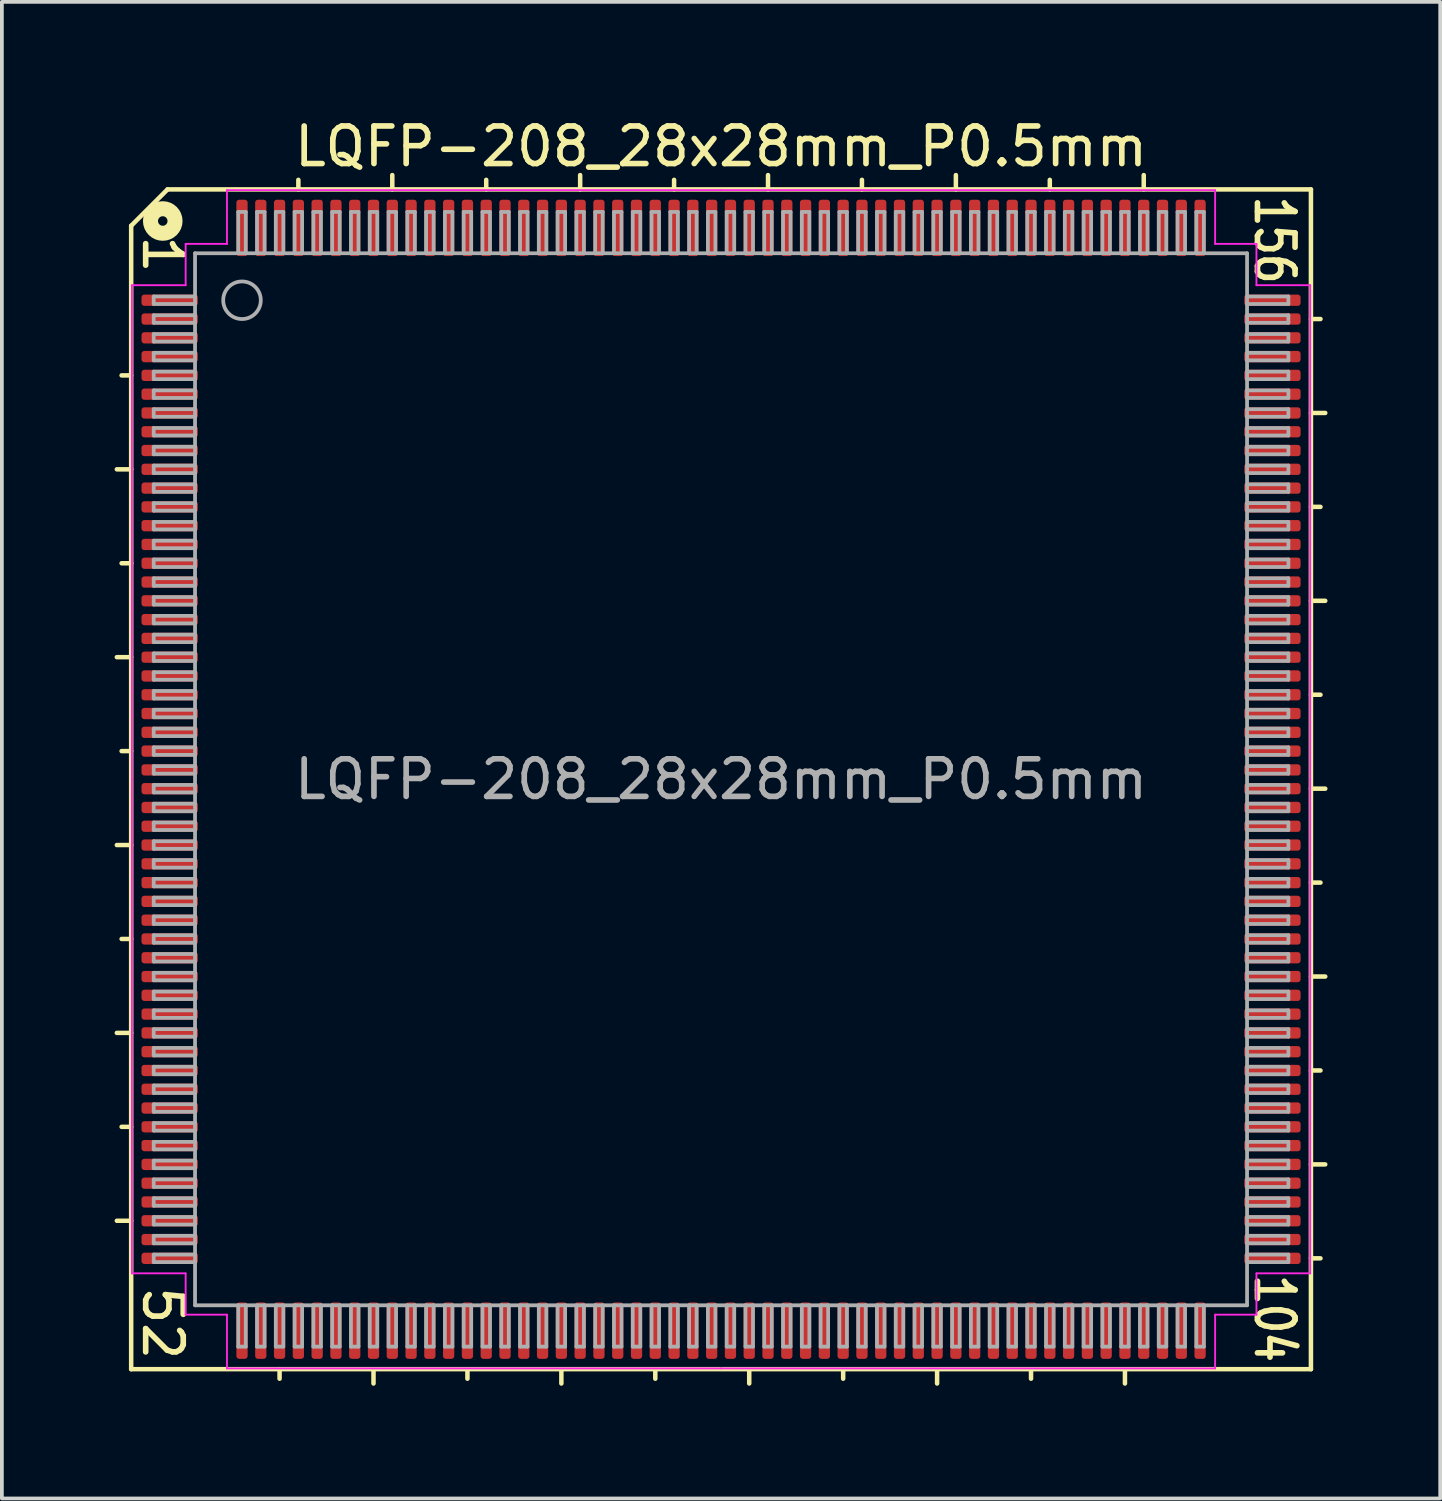
<source format=kicad_pcb>
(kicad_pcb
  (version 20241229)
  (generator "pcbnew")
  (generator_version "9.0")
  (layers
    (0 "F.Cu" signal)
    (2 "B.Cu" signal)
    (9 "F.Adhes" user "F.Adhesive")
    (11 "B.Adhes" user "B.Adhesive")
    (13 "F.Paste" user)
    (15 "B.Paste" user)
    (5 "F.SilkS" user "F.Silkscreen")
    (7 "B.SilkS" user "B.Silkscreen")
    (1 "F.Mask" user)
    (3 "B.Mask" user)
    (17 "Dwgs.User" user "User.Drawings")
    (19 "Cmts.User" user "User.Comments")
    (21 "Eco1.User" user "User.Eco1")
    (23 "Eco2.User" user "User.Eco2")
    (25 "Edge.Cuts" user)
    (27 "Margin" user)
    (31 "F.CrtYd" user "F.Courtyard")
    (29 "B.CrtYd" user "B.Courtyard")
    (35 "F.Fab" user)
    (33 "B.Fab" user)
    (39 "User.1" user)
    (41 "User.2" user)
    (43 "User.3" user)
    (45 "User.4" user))
  (footprint "LQFP-208_28x28mm_P0.5mm"
    (layer "F.Cu")
    (at 16.141 17.691)
    (property "Reference" "LQFP-208_28x28mm_P0.5mm" (at 0 -16.843 0) (layer "F.SilkS") (effects (font (size 1 1) (thickness 0.15))))
    (attr smd)
    (fp_line (start -15.702 -10.75) (end -15.954 -10.75) (stroke (width 0.12) (type solid)) (layer "F.SilkS"))
    (fp_line (start -15.702 -3.25) (end -16.081 -3.25) (stroke (width 0.12) (type solid)) (layer "F.SilkS"))
    (fp_line (start -15.702 -0.75) (end -15.954 -0.75) (stroke (width 0.12) (type solid)) (layer "F.SilkS"))
    (fp_line (start -15.702 1.75) (end -16.081 1.75) (stroke (width 0.12) (type solid)) (layer "F.SilkS"))
    (fp_line (start -15.702 4.25) (end -15.954 4.25) (stroke (width 0.12) (type solid)) (layer "F.SilkS"))
    (fp_line (start -15.702 6.75) (end -16.081 6.75) (stroke (width 0.12) (type solid)) (layer "F.SilkS"))
    (fp_line (start -15.702 9.25) (end -15.954 9.25) (stroke (width 0.12) (type solid)) (layer "F.SilkS"))
    (fp_line (start -15.702 11.75) (end -16.081 11.75) (stroke (width 0.12) (type solid)) (layer "F.SilkS"))
    (fp_line (start -15.7 -14.732) (end -15.7 15.7) (stroke (width 0.12) (type solid)) (layer "F.SilkS"))
    (fp_line (start -15.7 -8.25) (end -16.081 -8.25) (stroke (width 0.12) (type solid)) (layer "F.SilkS"))
    (fp_line (start -15.7 -5.75) (end -15.954 -5.75) (stroke (width 0.12) (type solid)) (layer "F.SilkS"))
    (fp_line (start -15.7 15.7) (end 15.7 15.7) (stroke (width 0.12) (type solid)) (layer "F.SilkS"))
    (fp_line (start -14.732 -15.7) (end -15.7 -14.732) (stroke (width 0.12) (type solid)) (layer "F.SilkS"))
    (fp_line (start -11.75 15.7) (end -11.75 15.954) (stroke (width 0.12) (type solid)) (layer "F.SilkS"))
    (fp_line (start -11.25 -15.702) (end -11.25 -15.954) (stroke (width 0.12) (type solid)) (layer "F.SilkS"))
    (fp_line (start -9.25 15.702) (end -9.25 16.081) (stroke (width 0.12) (type solid)) (layer "F.SilkS"))
    (fp_line (start -8.75 -15.702) (end -8.75 -16.081) (stroke (width 0.12) (type solid)) (layer "F.SilkS"))
    (fp_line (start -6.75 15.702) (end -6.75 15.954) (stroke (width 0.12) (type solid)) (layer "F.SilkS"))
    (fp_line (start -6.25 -15.702) (end -6.25 -15.954) (stroke (width 0.12) (type solid)) (layer "F.SilkS"))
    (fp_line (start -4.25 15.702) (end -4.25 16.081) (stroke (width 0.12) (type solid)) (layer "F.SilkS"))
    (fp_line (start -3.75 -15.702) (end -3.75 -16.081) (stroke (width 0.12) (type solid)) (layer "F.SilkS"))
    (fp_line (start -1.75 15.702) (end -1.75 15.954) (stroke (width 0.12) (type solid)) (layer "F.SilkS"))
    (fp_line (start -1.25 -15.702) (end -1.25 -15.954) (stroke (width 0.12) (type solid)) (layer "F.SilkS"))
    (fp_line (start 0.75 15.702) (end 0.75 16.081) (stroke (width 0.12) (type solid)) (layer "F.SilkS"))
    (fp_line (start 1.25 -15.702) (end 1.25 -16.081) (stroke (width 0.12) (type solid)) (layer "F.SilkS"))
    (fp_line (start 3.25 15.702) (end 3.25 15.954) (stroke (width 0.12) (type solid)) (layer "F.SilkS"))
    (fp_line (start 3.75 -15.702) (end 3.75 -15.954) (stroke (width 0.12) (type solid)) (layer "F.SilkS"))
    (fp_line (start 5.75 15.702) (end 5.75 16.081) (stroke (width 0.12) (type solid)) (layer "F.SilkS"))
    (fp_line (start 6.25 -15.702) (end 6.25 -16.081) (stroke (width 0.12) (type solid)) (layer "F.SilkS"))
    (fp_line (start 8.25 15.702) (end 8.25 15.954) (stroke (width 0.12) (type solid)) (layer "F.SilkS"))
    (fp_line (start 8.75 -15.702) (end 8.75 -15.954) (stroke (width 0.12) (type solid)) (layer "F.SilkS"))
    (fp_line (start 10.75 15.702) (end 10.75 16.081) (stroke (width 0.12) (type solid)) (layer "F.SilkS"))
    (fp_line (start 11.25 -15.702) (end 11.25 -16.081) (stroke (width 0.12) (type solid)) (layer "F.SilkS"))
    (fp_line (start 15.7 -15.7) (end -14.732 -15.7) (stroke (width 0.12) (type solid)) (layer "F.SilkS"))
    (fp_line (start 15.7 15.7) (end 15.7 -15.7) (stroke (width 0.12) (type solid)) (layer "F.SilkS"))
    (fp_line (start 15.702 -12.25) (end 15.954 -12.25) (stroke (width 0.12) (type solid)) (layer "F.SilkS"))
    (fp_line (start 15.702 -9.75) (end 16.081 -9.75) (stroke (width 0.12) (type solid)) (layer "F.SilkS"))
    (fp_line (start 15.702 -7.25) (end 15.954 -7.25) (stroke (width 0.12) (type solid)) (layer "F.SilkS"))
    (fp_line (start 15.702 -4.75) (end 16.081 -4.75) (stroke (width 0.12) (type solid)) (layer "F.SilkS"))
    (fp_line (start 15.702 -2.25) (end 15.954 -2.25) (stroke (width 0.12) (type solid)) (layer "F.SilkS"))
    (fp_line (start 15.702 0.25) (end 16.081 0.25) (stroke (width 0.12) (type solid)) (layer "F.SilkS"))
    (fp_line (start 15.702 2.75) (end 15.954 2.75) (stroke (width 0.12) (type solid)) (layer "F.SilkS"))
    (fp_line (start 15.702 5.25) (end 16.081 5.25) (stroke (width 0.12) (type solid)) (layer "F.SilkS"))
    (fp_line (start 15.702 7.75) (end 15.954 7.75) (stroke (width 0.12) (type solid)) (layer "F.SilkS"))
    (fp_line (start 15.702 10.25) (end 16.081 10.25) (stroke (width 0.12) (type solid)) (layer "F.SilkS"))
    (fp_line (start 15.954 12.75) (end 15.702 12.75) (stroke (width 0.12) (type solid)) (layer "F.SilkS"))
    (fp_circle (center -14.859 -14.859) (end -14.732 -14.859) (stroke (width 0.4) (type solid)) (fill no) (layer "F.SilkS"))
    (fp_line (start -15.68 -13.15) (end -15.68 0) (stroke (width 0.05) (type solid)) (layer "F.CrtYd"))
    (fp_line (start -15.68 13.15) (end -15.68 0) (stroke (width 0.05) (type solid)) (layer "F.CrtYd"))
    (fp_line (start -14.25 -14.25) (end -14.25 -13.15) (stroke (width 0.05) (type solid)) (layer "F.CrtYd"))
    (fp_line (start -14.25 -13.15) (end -15.68 -13.15) (stroke (width 0.05) (type solid)) (layer "F.CrtYd"))
    (fp_line (start -14.25 13.15) (end -15.68 13.15) (stroke (width 0.05) (type solid)) (layer "F.CrtYd"))
    (fp_line (start -14.25 14.25) (end -14.25 13.15) (stroke (width 0.05) (type solid)) (layer "F.CrtYd"))
    (fp_line (start -13.15 -15.68) (end -13.15 -14.25) (stroke (width 0.05) (type solid)) (layer "F.CrtYd"))
    (fp_line (start -13.15 -14.25) (end -14.25 -14.25) (stroke (width 0.05) (type solid)) (layer "F.CrtYd"))
    (fp_line (start -13.15 14.25) (end -14.25 14.25) (stroke (width 0.05) (type solid)) (layer "F.CrtYd"))
    (fp_line (start -13.15 15.68) (end -13.15 14.25) (stroke (width 0.05) (type solid)) (layer "F.CrtYd"))
    (fp_line (start 0 -15.68) (end -13.15 -15.68) (stroke (width 0.05) (type solid)) (layer "F.CrtYd"))
    (fp_line (start 0 -15.68) (end 13.15 -15.68) (stroke (width 0.05) (type solid)) (layer "F.CrtYd"))
    (fp_line (start 0 15.68) (end -13.15 15.68) (stroke (width 0.05) (type solid)) (layer "F.CrtYd"))
    (fp_line (start 0 15.68) (end 13.15 15.68) (stroke (width 0.05) (type solid)) (layer "F.CrtYd"))
    (fp_line (start 13.15 -15.68) (end 13.15 -14.25) (stroke (width 0.05) (type solid)) (layer "F.CrtYd"))
    (fp_line (start 13.15 -14.25) (end 14.25 -14.25) (stroke (width 0.05) (type solid)) (layer "F.CrtYd"))
    (fp_line (start 13.15 14.25) (end 14.25 14.25) (stroke (width 0.05) (type solid)) (layer "F.CrtYd"))
    (fp_line (start 13.15 15.68) (end 13.15 14.25) (stroke (width 0.05) (type solid)) (layer "F.CrtYd"))
    (fp_line (start 14.25 -14.25) (end 14.25 -13.15) (stroke (width 0.05) (type solid)) (layer "F.CrtYd"))
    (fp_line (start 14.25 -13.15) (end 15.68 -13.15) (stroke (width 0.05) (type solid)) (layer "F.CrtYd"))
    (fp_line (start 14.25 13.15) (end 15.68 13.15) (stroke (width 0.05) (type solid)) (layer "F.CrtYd"))
    (fp_line (start 14.25 14.25) (end 14.25 13.15) (stroke (width 0.05) (type solid)) (layer "F.CrtYd"))
    (fp_line (start 15.68 -13.15) (end 15.68 0) (stroke (width 0.05) (type solid)) (layer "F.CrtYd"))
    (fp_line (start 15.68 13.15) (end 15.68 0) (stroke (width 0.05) (type solid)) (layer "F.CrtYd"))
    (fp_line (start -15.1 -12.85) (end -15.1 -12.65) (stroke (width 0.1) (type solid)) (layer "F.Fab"))
    (fp_line (start -15.1 -12.85) (end -14 -12.85) (stroke (width 0.1) (type solid)) (layer "F.Fab"))
    (fp_line (start -15.1 -12.65) (end -14 -12.65) (stroke (width 0.1) (type solid)) (layer "F.Fab"))
    (fp_line (start -15.1 -12.35) (end -15.1 -12.15) (stroke (width 0.1) (type solid)) (layer "F.Fab"))
    (fp_line (start -15.1 -12.35) (end -14 -12.35) (stroke (width 0.1) (type solid)) (layer "F.Fab"))
    (fp_line (start -15.1 -12.15) (end -14 -12.15) (stroke (width 0.1) (type solid)) (layer "F.Fab"))
    (fp_line (start -15.1 -11.85) (end -15.1 -11.65) (stroke (width 0.1) (type solid)) (layer "F.Fab"))
    (fp_line (start -15.1 -11.85) (end -14 -11.85) (stroke (width 0.1) (type solid)) (layer "F.Fab"))
    (fp_line (start -15.1 -11.65) (end -14 -11.65) (stroke (width 0.1) (type solid)) (layer "F.Fab"))
    (fp_line (start -15.1 -11.35) (end -15.1 -11.15) (stroke (width 0.1) (type solid)) (layer "F.Fab"))
    (fp_line (start -15.1 -11.35) (end -14 -11.35) (stroke (width 0.1) (type solid)) (layer "F.Fab"))
    (fp_line (start -15.1 -11.15) (end -14 -11.15) (stroke (width 0.1) (type solid)) (layer "F.Fab"))
    (fp_line (start -15.1 -10.85) (end -15.1 -10.65) (stroke (width 0.1) (type solid)) (layer "F.Fab"))
    (fp_line (start -15.1 -10.85) (end -14 -10.85) (stroke (width 0.1) (type solid)) (layer "F.Fab"))
    (fp_line (start -15.1 -10.65) (end -14 -10.65) (stroke (width 0.1) (type solid)) (layer "F.Fab"))
    (fp_line (start -15.1 -10.35) (end -15.1 -10.15) (stroke (width 0.1) (type solid)) (layer "F.Fab"))
    (fp_line (start -15.1 -10.35) (end -14 -10.35) (stroke (width 0.1) (type solid)) (layer "F.Fab"))
    (fp_line (start -15.1 -10.15) (end -14 -10.15) (stroke (width 0.1) (type solid)) (layer "F.Fab"))
    (fp_line (start -15.1 -9.85) (end -15.1 -9.65) (stroke (width 0.1) (type solid)) (layer "F.Fab"))
    (fp_line (start -15.1 -9.85) (end -14 -9.85) (stroke (width 0.1) (type solid)) (layer "F.Fab"))
    (fp_line (start -15.1 -9.65) (end -14 -9.65) (stroke (width 0.1) (type solid)) (layer "F.Fab"))
    (fp_line (start -15.1 -9.35) (end -15.1 -9.15) (stroke (width 0.1) (type solid)) (layer "F.Fab"))
    (fp_line (start -15.1 -9.35) (end -14 -9.35) (stroke (width 0.1) (type solid)) (layer "F.Fab"))
    (fp_line (start -15.1 -9.15) (end -14 -9.15) (stroke (width 0.1) (type solid)) (layer "F.Fab"))
    (fp_line (start -15.1 -8.85) (end -15.1 -8.65) (stroke (width 0.1) (type solid)) (layer "F.Fab"))
    (fp_line (start -15.1 -8.85) (end -14 -8.85) (stroke (width 0.1) (type solid)) (layer "F.Fab"))
    (fp_line (start -15.1 -8.65) (end -14 -8.65) (stroke (width 0.1) (type solid)) (layer "F.Fab"))
    (fp_line (start -15.1 -8.35) (end -15.1 -8.15) (stroke (width 0.1) (type solid)) (layer "F.Fab"))
    (fp_line (start -15.1 -8.35) (end -14 -8.35) (stroke (width 0.1) (type solid)) (layer "F.Fab"))
    (fp_line (start -15.1 -8.15) (end -14 -8.15) (stroke (width 0.1) (type solid)) (layer "F.Fab"))
    (fp_line (start -15.1 -7.85) (end -15.1 -7.65) (stroke (width 0.1) (type solid)) (layer "F.Fab"))
    (fp_line (start -15.1 -7.85) (end -14 -7.85) (stroke (width 0.1) (type solid)) (layer "F.Fab"))
    (fp_line (start -15.1 -7.65) (end -14 -7.65) (stroke (width 0.1) (type solid)) (layer "F.Fab"))
    (fp_line (start -15.1 -7.35) (end -15.1 -7.15) (stroke (width 0.1) (type solid)) (layer "F.Fab"))
    (fp_line (start -15.1 -7.35) (end -14 -7.35) (stroke (width 0.1) (type solid)) (layer "F.Fab"))
    (fp_line (start -15.1 -7.15) (end -14 -7.15) (stroke (width 0.1) (type solid)) (layer "F.Fab"))
    (fp_line (start -15.1 -6.85) (end -15.1 -6.65) (stroke (width 0.1) (type solid)) (layer "F.Fab"))
    (fp_line (start -15.1 -6.85) (end -14 -6.85) (stroke (width 0.1) (type solid)) (layer "F.Fab"))
    (fp_line (start -15.1 -6.65) (end -14 -6.65) (stroke (width 0.1) (type solid)) (layer "F.Fab"))
    (fp_line (start -15.1 -6.35) (end -15.1 -6.15) (stroke (width 0.1) (type solid)) (layer "F.Fab"))
    (fp_line (start -15.1 -6.35) (end -14 -6.35) (stroke (width 0.1) (type solid)) (layer "F.Fab"))
    (fp_line (start -15.1 -6.15) (end -14 -6.15) (stroke (width 0.1) (type solid)) (layer "F.Fab"))
    (fp_line (start -15.1 -5.85) (end -15.1 -5.65) (stroke (width 0.1) (type solid)) (layer "F.Fab"))
    (fp_line (start -15.1 -5.85) (end -14 -5.85) (stroke (width 0.1) (type solid)) (layer "F.Fab"))
    (fp_line (start -15.1 -5.65) (end -14 -5.65) (stroke (width 0.1) (type solid)) (layer "F.Fab"))
    (fp_line (start -15.1 -5.35) (end -15.1 -5.15) (stroke (width 0.1) (type solid)) (layer "F.Fab"))
    (fp_line (start -15.1 -5.35) (end -14 -5.35) (stroke (width 0.1) (type solid)) (layer "F.Fab"))
    (fp_line (start -15.1 -5.15) (end -14 -5.15) (stroke (width 0.1) (type solid)) (layer "F.Fab"))
    (fp_line (start -15.1 -4.85) (end -15.1 -4.65) (stroke (width 0.1) (type solid)) (layer "F.Fab"))
    (fp_line (start -15.1 -4.85) (end -14 -4.85) (stroke (width 0.1) (type solid)) (layer "F.Fab"))
    (fp_line (start -15.1 -4.65) (end -14 -4.65) (stroke (width 0.1) (type solid)) (layer "F.Fab"))
    (fp_line (start -15.1 -4.35) (end -15.1 -4.15) (stroke (width 0.1) (type solid)) (layer "F.Fab"))
    (fp_line (start -15.1 -4.35) (end -14 -4.35) (stroke (width 0.1) (type solid)) (layer "F.Fab"))
    (fp_line (start -15.1 -4.15) (end -14 -4.15) (stroke (width 0.1) (type solid)) (layer "F.Fab"))
    (fp_line (start -15.1 -3.85) (end -15.1 -3.65) (stroke (width 0.1) (type solid)) (layer "F.Fab"))
    (fp_line (start -15.1 -3.85) (end -14 -3.85) (stroke (width 0.1) (type solid)) (layer "F.Fab"))
    (fp_line (start -15.1 -3.65) (end -14 -3.65) (stroke (width 0.1) (type solid)) (layer "F.Fab"))
    (fp_line (start -15.1 -3.35) (end -15.1 -3.15) (stroke (width 0.1) (type solid)) (layer "F.Fab"))
    (fp_line (start -15.1 -3.35) (end -14 -3.35) (stroke (width 0.1) (type solid)) (layer "F.Fab"))
    (fp_line (start -15.1 -3.15) (end -14 -3.15) (stroke (width 0.1) (type solid)) (layer "F.Fab"))
    (fp_line (start -15.1 -2.85) (end -15.1 -2.65) (stroke (width 0.1) (type solid)) (layer "F.Fab"))
    (fp_line (start -15.1 -2.85) (end -14 -2.85) (stroke (width 0.1) (type solid)) (layer "F.Fab"))
    (fp_line (start -15.1 -2.65) (end -14 -2.65) (stroke (width 0.1) (type solid)) (layer "F.Fab"))
    (fp_line (start -15.1 -2.35) (end -15.1 -2.15) (stroke (width 0.1) (type solid)) (layer "F.Fab"))
    (fp_line (start -15.1 -2.35) (end -14 -2.35) (stroke (width 0.1) (type solid)) (layer "F.Fab"))
    (fp_line (start -15.1 -2.15) (end -14 -2.15) (stroke (width 0.1) (type solid)) (layer "F.Fab"))
    (fp_line (start -15.1 -1.85) (end -15.1 -1.65) (stroke (width 0.1) (type solid)) (layer "F.Fab"))
    (fp_line (start -15.1 -1.85) (end -14 -1.85) (stroke (width 0.1) (type solid)) (layer "F.Fab"))
    (fp_line (start -15.1 -1.65) (end -14 -1.65) (stroke (width 0.1) (type solid)) (layer "F.Fab"))
    (fp_line (start -15.1 -1.35) (end -15.1 -1.15) (stroke (width 0.1) (type solid)) (layer "F.Fab"))
    (fp_line (start -15.1 -1.35) (end -14 -1.35) (stroke (width 0.1) (type solid)) (layer "F.Fab"))
    (fp_line (start -15.1 -1.15) (end -14 -1.15) (stroke (width 0.1) (type solid)) (layer "F.Fab"))
    (fp_line (start -15.1 -0.85) (end -15.1 -0.65) (stroke (width 0.1) (type solid)) (layer "F.Fab"))
    (fp_line (start -15.1 -0.85) (end -14 -0.85) (stroke (width 0.1) (type solid)) (layer "F.Fab"))
    (fp_line (start -15.1 -0.65) (end -14 -0.65) (stroke (width 0.1) (type solid)) (layer "F.Fab"))
    (fp_line (start -15.1 -0.35) (end -15.1 -0.15) (stroke (width 0.1) (type solid)) (layer "F.Fab"))
    (fp_line (start -15.1 -0.35) (end -14 -0.35) (stroke (width 0.1) (type solid)) (layer "F.Fab"))
    (fp_line (start -15.1 -0.15) (end -14 -0.15) (stroke (width 0.1) (type solid)) (layer "F.Fab"))
    (fp_line (start -15.1 0.15) (end -15.1 0.35) (stroke (width 0.1) (type solid)) (layer "F.Fab"))
    (fp_line (start -15.1 0.15) (end -14 0.15) (stroke (width 0.1) (type solid)) (layer "F.Fab"))
    (fp_line (start -15.1 0.35) (end -14 0.35) (stroke (width 0.1) (type solid)) (layer "F.Fab"))
    (fp_line (start -15.1 0.65) (end -15.1 0.85) (stroke (width 0.1) (type solid)) (layer "F.Fab"))
    (fp_line (start -15.1 0.65) (end -14 0.65) (stroke (width 0.1) (type solid)) (layer "F.Fab"))
    (fp_line (start -15.1 0.85) (end -14 0.85) (stroke (width 0.1) (type solid)) (layer "F.Fab"))
    (fp_line (start -15.1 1.15) (end -15.1 1.35) (stroke (width 0.1) (type solid)) (layer "F.Fab"))
    (fp_line (start -15.1 1.15) (end -14 1.15) (stroke (width 0.1) (type solid)) (layer "F.Fab"))
    (fp_line (start -15.1 1.35) (end -14 1.35) (stroke (width 0.1) (type solid)) (layer "F.Fab"))
    (fp_line (start -15.1 1.65) (end -15.1 1.85) (stroke (width 0.1) (type solid)) (layer "F.Fab"))
    (fp_line (start -15.1 1.65) (end -14 1.65) (stroke (width 0.1) (type solid)) (layer "F.Fab"))
    (fp_line (start -15.1 1.85) (end -14 1.85) (stroke (width 0.1) (type solid)) (layer "F.Fab"))
    (fp_line (start -15.1 2.15) (end -15.1 2.35) (stroke (width 0.1) (type solid)) (layer "F.Fab"))
    (fp_line (start -15.1 2.15) (end -14 2.15) (stroke (width 0.1) (type solid)) (layer "F.Fab"))
    (fp_line (start -15.1 2.35) (end -14 2.35) (stroke (width 0.1) (type solid)) (layer "F.Fab"))
    (fp_line (start -15.1 2.65) (end -15.1 2.85) (stroke (width 0.1) (type solid)) (layer "F.Fab"))
    (fp_line (start -15.1 2.65) (end -14 2.65) (stroke (width 0.1) (type solid)) (layer "F.Fab"))
    (fp_line (start -15.1 2.85) (end -14 2.85) (stroke (width 0.1) (type solid)) (layer "F.Fab"))
    (fp_line (start -15.1 3.15) (end -15.1 3.35) (stroke (width 0.1) (type solid)) (layer "F.Fab"))
    (fp_line (start -15.1 3.15) (end -14 3.15) (stroke (width 0.1) (type solid)) (layer "F.Fab"))
    (fp_line (start -15.1 3.35) (end -14 3.35) (stroke (width 0.1) (type solid)) (layer "F.Fab"))
    (fp_line (start -15.1 3.65) (end -15.1 3.85) (stroke (width 0.1) (type solid)) (layer "F.Fab"))
    (fp_line (start -15.1 3.65) (end -14 3.65) (stroke (width 0.1) (type solid)) (layer "F.Fab"))
    (fp_line (start -15.1 3.85) (end -14 3.85) (stroke (width 0.1) (type solid)) (layer "F.Fab"))
    (fp_line (start -15.1 4.15) (end -15.1 4.35) (stroke (width 0.1) (type solid)) (layer "F.Fab"))
    (fp_line (start -15.1 4.15) (end -14 4.15) (stroke (width 0.1) (type solid)) (layer "F.Fab"))
    (fp_line (start -15.1 4.35) (end -14 4.35) (stroke (width 0.1) (type solid)) (layer "F.Fab"))
    (fp_line (start -15.1 4.65) (end -15.1 4.85) (stroke (width 0.1) (type solid)) (layer "F.Fab"))
    (fp_line (start -15.1 4.65) (end -14 4.65) (stroke (width 0.1) (type solid)) (layer "F.Fab"))
    (fp_line (start -15.1 4.85) (end -14 4.85) (stroke (width 0.1) (type solid)) (layer "F.Fab"))
    (fp_line (start -15.1 5.15) (end -15.1 5.35) (stroke (width 0.1) (type solid)) (layer "F.Fab"))
    (fp_line (start -15.1 5.15) (end -14 5.15) (stroke (width 0.1) (type solid)) (layer "F.Fab"))
    (fp_line (start -15.1 5.35) (end -14 5.35) (stroke (width 0.1) (type solid)) (layer "F.Fab"))
    (fp_line (start -15.1 5.65) (end -15.1 5.85) (stroke (width 0.1) (type solid)) (layer "F.Fab"))
    (fp_line (start -15.1 5.65) (end -14 5.65) (stroke (width 0.1) (type solid)) (layer "F.Fab"))
    (fp_line (start -15.1 5.85) (end -14 5.85) (stroke (width 0.1) (type solid)) (layer "F.Fab"))
    (fp_line (start -15.1 6.15) (end -15.1 6.35) (stroke (width 0.1) (type solid)) (layer "F.Fab"))
    (fp_line (start -15.1 6.15) (end -14 6.15) (stroke (width 0.1) (type solid)) (layer "F.Fab"))
    (fp_line (start -15.1 6.35) (end -14 6.35) (stroke (width 0.1) (type solid)) (layer "F.Fab"))
    (fp_line (start -15.1 6.65) (end -15.1 6.85) (stroke (width 0.1) (type solid)) (layer "F.Fab"))
    (fp_line (start -15.1 6.65) (end -14 6.65) (stroke (width 0.1) (type solid)) (layer "F.Fab"))
    (fp_line (start -15.1 6.85) (end -14 6.85) (stroke (width 0.1) (type solid)) (layer "F.Fab"))
    (fp_line (start -15.1 7.15) (end -15.1 7.35) (stroke (width 0.1) (type solid)) (layer "F.Fab"))
    (fp_line (start -15.1 7.15) (end -14 7.15) (stroke (width 0.1) (type solid)) (layer "F.Fab"))
    (fp_line (start -15.1 7.35) (end -14 7.35) (stroke (width 0.1) (type solid)) (layer "F.Fab"))
    (fp_line (start -15.1 7.65) (end -15.1 7.85) (stroke (width 0.1) (type solid)) (layer "F.Fab"))
    (fp_line (start -15.1 7.65) (end -14 7.65) (stroke (width 0.1) (type solid)) (layer "F.Fab"))
    (fp_line (start -15.1 7.85) (end -14 7.85) (stroke (width 0.1) (type solid)) (layer "F.Fab"))
    (fp_line (start -15.1 8.15) (end -15.1 8.35) (stroke (width 0.1) (type solid)) (layer "F.Fab"))
    (fp_line (start -15.1 8.15) (end -14 8.15) (stroke (width 0.1) (type solid)) (layer "F.Fab"))
    (fp_line (start -15.1 8.35) (end -14 8.35) (stroke (width 0.1) (type solid)) (layer "F.Fab"))
    (fp_line (start -15.1 8.65) (end -15.1 8.85) (stroke (width 0.1) (type solid)) (layer "F.Fab"))
    (fp_line (start -15.1 8.65) (end -14 8.65) (stroke (width 0.1) (type solid)) (layer "F.Fab"))
    (fp_line (start -15.1 8.85) (end -14 8.85) (stroke (width 0.1) (type solid)) (layer "F.Fab"))
    (fp_line (start -15.1 9.15) (end -15.1 9.35) (stroke (width 0.1) (type solid)) (layer "F.Fab"))
    (fp_line (start -15.1 9.15) (end -14 9.15) (stroke (width 0.1) (type solid)) (layer "F.Fab"))
    (fp_line (start -15.1 9.35) (end -14 9.35) (stroke (width 0.1) (type solid)) (layer "F.Fab"))
    (fp_line (start -15.1 9.65) (end -15.1 9.85) (stroke (width 0.1) (type solid)) (layer "F.Fab"))
    (fp_line (start -15.1 9.65) (end -14 9.65) (stroke (width 0.1) (type solid)) (layer "F.Fab"))
    (fp_line (start -15.1 9.85) (end -14 9.85) (stroke (width 0.1) (type solid)) (layer "F.Fab"))
    (fp_line (start -15.1 10.15) (end -15.1 10.35) (stroke (width 0.1) (type solid)) (layer "F.Fab"))
    (fp_line (start -15.1 10.15) (end -14 10.15) (stroke (width 0.1) (type solid)) (layer "F.Fab"))
    (fp_line (start -15.1 10.35) (end -14 10.35) (stroke (width 0.1) (type solid)) (layer "F.Fab"))
    (fp_line (start -15.1 10.65) (end -15.1 10.85) (stroke (width 0.1) (type solid)) (layer "F.Fab"))
    (fp_line (start -15.1 10.65) (end -14 10.65) (stroke (width 0.1) (type solid)) (layer "F.Fab"))
    (fp_line (start -15.1 10.85) (end -14 10.85) (stroke (width 0.1) (type solid)) (layer "F.Fab"))
    (fp_line (start -15.1 11.15) (end -15.1 11.35) (stroke (width 0.1) (type solid)) (layer "F.Fab"))
    (fp_line (start -15.1 11.15) (end -14 11.15) (stroke (width 0.1) (type solid)) (layer "F.Fab"))
    (fp_line (start -15.1 11.35) (end -14 11.35) (stroke (width 0.1) (type solid)) (layer "F.Fab"))
    (fp_line (start -15.1 11.65) (end -15.1 11.85) (stroke (width 0.1) (type solid)) (layer "F.Fab"))
    (fp_line (start -15.1 11.65) (end -14 11.65) (stroke (width 0.1) (type solid)) (layer "F.Fab"))
    (fp_line (start -15.1 11.85) (end -14 11.85) (stroke (width 0.1) (type solid)) (layer "F.Fab"))
    (fp_line (start -15.1 12.15) (end -15.1 12.35) (stroke (width 0.1) (type solid)) (layer "F.Fab"))
    (fp_line (start -15.1 12.15) (end -14 12.15) (stroke (width 0.1) (type solid)) (layer "F.Fab"))
    (fp_line (start -15.1 12.35) (end -14 12.35) (stroke (width 0.1) (type solid)) (layer "F.Fab"))
    (fp_line (start -15.1 12.65) (end -15.1 12.85) (stroke (width 0.1) (type solid)) (layer "F.Fab"))
    (fp_line (start -15.1 12.65) (end -14 12.65) (stroke (width 0.1) (type solid)) (layer "F.Fab"))
    (fp_line (start -15.1 12.85) (end -14 12.85) (stroke (width 0.1) (type solid)) (layer "F.Fab"))
    (fp_line (start -14 -14) (end 14 -14) (stroke (width 0.1) (type solid)) (layer "F.Fab"))
    (fp_line (start -14 14) (end -14 -14) (stroke (width 0.1) (type solid)) (layer "F.Fab"))
    (fp_line (start -12.85 -15.1) (end -12.85 -14) (stroke (width 0.1) (type solid)) (layer "F.Fab"))
    (fp_line (start -12.85 15.1) (end -12.85 14) (stroke (width 0.1) (type solid)) (layer "F.Fab"))
    (fp_line (start -12.85 15.1) (end -12.65 15.1) (stroke (width 0.1) (type solid)) (layer "F.Fab"))
    (fp_line (start -12.65 -15.1) (end -12.85 -15.1) (stroke (width 0.1) (type solid)) (layer "F.Fab"))
    (fp_line (start -12.65 -15.1) (end -12.65 -14) (stroke (width 0.1) (type solid)) (layer "F.Fab"))
    (fp_line (start -12.65 15.1) (end -12.65 14) (stroke (width 0.1) (type solid)) (layer "F.Fab"))
    (fp_line (start -12.35 -15.1) (end -12.35 -14) (stroke (width 0.1) (type solid)) (layer "F.Fab"))
    (fp_line (start -12.35 15.1) (end -12.35 14) (stroke (width 0.1) (type solid)) (layer "F.Fab"))
    (fp_line (start -12.35 15.1) (end -12.15 15.1) (stroke (width 0.1) (type solid)) (layer "F.Fab"))
    (fp_line (start -12.15 -15.1) (end -12.35 -15.1) (stroke (width 0.1) (type solid)) (layer "F.Fab"))
    (fp_line (start -12.15 -15.1) (end -12.15 -14) (stroke (width 0.1) (type solid)) (layer "F.Fab"))
    (fp_line (start -12.15 15.1) (end -12.15 14) (stroke (width 0.1) (type solid)) (layer "F.Fab"))
    (fp_line (start -11.85 -15.1) (end -11.85 -14) (stroke (width 0.1) (type solid)) (layer "F.Fab"))
    (fp_line (start -11.85 15.1) (end -11.85 14) (stroke (width 0.1) (type solid)) (layer "F.Fab"))
    (fp_line (start -11.85 15.1) (end -11.65 15.1) (stroke (width 0.1) (type solid)) (layer "F.Fab"))
    (fp_line (start -11.65 -15.1) (end -11.85 -15.1) (stroke (width 0.1) (type solid)) (layer "F.Fab"))
    (fp_line (start -11.65 -15.1) (end -11.65 -14) (stroke (width 0.1) (type solid)) (layer "F.Fab"))
    (fp_line (start -11.65 15.1) (end -11.65 14) (stroke (width 0.1) (type solid)) (layer "F.Fab"))
    (fp_line (start -11.35 -15.1) (end -11.35 -14) (stroke (width 0.1) (type solid)) (layer "F.Fab"))
    (fp_line (start -11.35 15.1) (end -11.35 14) (stroke (width 0.1) (type solid)) (layer "F.Fab"))
    (fp_line (start -11.35 15.1) (end -11.15 15.1) (stroke (width 0.1) (type solid)) (layer "F.Fab"))
    (fp_line (start -11.15 -15.1) (end -11.35 -15.1) (stroke (width 0.1) (type solid)) (layer "F.Fab"))
    (fp_line (start -11.15 -15.1) (end -11.15 -14) (stroke (width 0.1) (type solid)) (layer "F.Fab"))
    (fp_line (start -11.15 15.1) (end -11.15 14) (stroke (width 0.1) (type solid)) (layer "F.Fab"))
    (fp_line (start -10.85 -15.1) (end -10.85 -14) (stroke (width 0.1) (type solid)) (layer "F.Fab"))
    (fp_line (start -10.85 15.1) (end -10.85 14) (stroke (width 0.1) (type solid)) (layer "F.Fab"))
    (fp_line (start -10.85 15.1) (end -10.65 15.1) (stroke (width 0.1) (type solid)) (layer "F.Fab"))
    (fp_line (start -10.65 -15.1) (end -10.85 -15.1) (stroke (width 0.1) (type solid)) (layer "F.Fab"))
    (fp_line (start -10.65 -15.1) (end -10.65 -14) (stroke (width 0.1) (type solid)) (layer "F.Fab"))
    (fp_line (start -10.65 15.1) (end -10.65 14) (stroke (width 0.1) (type solid)) (layer "F.Fab"))
    (fp_line (start -10.35 -15.1) (end -10.35 -14) (stroke (width 0.1) (type solid)) (layer "F.Fab"))
    (fp_line (start -10.35 15.1) (end -10.35 14) (stroke (width 0.1) (type solid)) (layer "F.Fab"))
    (fp_line (start -10.35 15.1) (end -10.15 15.1) (stroke (width 0.1) (type solid)) (layer "F.Fab"))
    (fp_line (start -10.15 -15.1) (end -10.35 -15.1) (stroke (width 0.1) (type solid)) (layer "F.Fab"))
    (fp_line (start -10.15 -15.1) (end -10.15 -14) (stroke (width 0.1) (type solid)) (layer "F.Fab"))
    (fp_line (start -10.15 15.1) (end -10.15 14) (stroke (width 0.1) (type solid)) (layer "F.Fab"))
    (fp_line (start -9.85 -15.1) (end -9.85 -14) (stroke (width 0.1) (type solid)) (layer "F.Fab"))
    (fp_line (start -9.85 15.1) (end -9.85 14) (stroke (width 0.1) (type solid)) (layer "F.Fab"))
    (fp_line (start -9.85 15.1) (end -9.65 15.1) (stroke (width 0.1) (type solid)) (layer "F.Fab"))
    (fp_line (start -9.65 -15.1) (end -9.85 -15.1) (stroke (width 0.1) (type solid)) (layer "F.Fab"))
    (fp_line (start -9.65 -15.1) (end -9.65 -14) (stroke (width 0.1) (type solid)) (layer "F.Fab"))
    (fp_line (start -9.65 15.1) (end -9.65 14) (stroke (width 0.1) (type solid)) (layer "F.Fab"))
    (fp_line (start -9.35 -15.1) (end -9.35 -14) (stroke (width 0.1) (type solid)) (layer "F.Fab"))
    (fp_line (start -9.35 15.1) (end -9.35 14) (stroke (width 0.1) (type solid)) (layer "F.Fab"))
    (fp_line (start -9.35 15.1) (end -9.15 15.1) (stroke (width 0.1) (type solid)) (layer "F.Fab"))
    (fp_line (start -9.15 -15.1) (end -9.35 -15.1) (stroke (width 0.1) (type solid)) (layer "F.Fab"))
    (fp_line (start -9.15 -15.1) (end -9.15 -14) (stroke (width 0.1) (type solid)) (layer "F.Fab"))
    (fp_line (start -9.15 15.1) (end -9.15 14) (stroke (width 0.1) (type solid)) (layer "F.Fab"))
    (fp_line (start -8.85 -15.1) (end -8.85 -14) (stroke (width 0.1) (type solid)) (layer "F.Fab"))
    (fp_line (start -8.85 15.1) (end -8.85 14) (stroke (width 0.1) (type solid)) (layer "F.Fab"))
    (fp_line (start -8.85 15.1) (end -8.65 15.1) (stroke (width 0.1) (type solid)) (layer "F.Fab"))
    (fp_line (start -8.65 -15.1) (end -8.85 -15.1) (stroke (width 0.1) (type solid)) (layer "F.Fab"))
    (fp_line (start -8.65 -15.1) (end -8.65 -14) (stroke (width 0.1) (type solid)) (layer "F.Fab"))
    (fp_line (start -8.65 15.1) (end -8.65 14) (stroke (width 0.1) (type solid)) (layer "F.Fab"))
    (fp_line (start -8.35 -15.1) (end -8.35 -14) (stroke (width 0.1) (type solid)) (layer "F.Fab"))
    (fp_line (start -8.35 15.1) (end -8.35 14) (stroke (width 0.1) (type solid)) (layer "F.Fab"))
    (fp_line (start -8.35 15.1) (end -8.15 15.1) (stroke (width 0.1) (type solid)) (layer "F.Fab"))
    (fp_line (start -8.15 -15.1) (end -8.35 -15.1) (stroke (width 0.1) (type solid)) (layer "F.Fab"))
    (fp_line (start -8.15 -15.1) (end -8.15 -14) (stroke (width 0.1) (type solid)) (layer "F.Fab"))
    (fp_line (start -8.15 15.1) (end -8.15 14) (stroke (width 0.1) (type solid)) (layer "F.Fab"))
    (fp_line (start -7.85 -15.1) (end -7.85 -14) (stroke (width 0.1) (type solid)) (layer "F.Fab"))
    (fp_line (start -7.85 15.1) (end -7.85 14) (stroke (width 0.1) (type solid)) (layer "F.Fab"))
    (fp_line (start -7.85 15.1) (end -7.65 15.1) (stroke (width 0.1) (type solid)) (layer "F.Fab"))
    (fp_line (start -7.65 -15.1) (end -7.85 -15.1) (stroke (width 0.1) (type solid)) (layer "F.Fab"))
    (fp_line (start -7.65 -15.1) (end -7.65 -14) (stroke (width 0.1) (type solid)) (layer "F.Fab"))
    (fp_line (start -7.65 15.1) (end -7.65 14) (stroke (width 0.1) (type solid)) (layer "F.Fab"))
    (fp_line (start -7.35 -15.1) (end -7.35 -14) (stroke (width 0.1) (type solid)) (layer "F.Fab"))
    (fp_line (start -7.35 15.1) (end -7.35 14) (stroke (width 0.1) (type solid)) (layer "F.Fab"))
    (fp_line (start -7.35 15.1) (end -7.15 15.1) (stroke (width 0.1) (type solid)) (layer "F.Fab"))
    (fp_line (start -7.15 -15.1) (end -7.35 -15.1) (stroke (width 0.1) (type solid)) (layer "F.Fab"))
    (fp_line (start -7.15 -15.1) (end -7.15 -14) (stroke (width 0.1) (type solid)) (layer "F.Fab"))
    (fp_line (start -7.15 15.1) (end -7.15 14) (stroke (width 0.1) (type solid)) (layer "F.Fab"))
    (fp_line (start -6.85 -15.1) (end -6.85 -14) (stroke (width 0.1) (type solid)) (layer "F.Fab"))
    (fp_line (start -6.85 15.1) (end -6.85 14) (stroke (width 0.1) (type solid)) (layer "F.Fab"))
    (fp_line (start -6.85 15.1) (end -6.65 15.1) (stroke (width 0.1) (type solid)) (layer "F.Fab"))
    (fp_line (start -6.65 -15.1) (end -6.85 -15.1) (stroke (width 0.1) (type solid)) (layer "F.Fab"))
    (fp_line (start -6.65 -15.1) (end -6.65 -14) (stroke (width 0.1) (type solid)) (layer "F.Fab"))
    (fp_line (start -6.65 15.1) (end -6.65 14) (stroke (width 0.1) (type solid)) (layer "F.Fab"))
    (fp_line (start -6.35 -15.1) (end -6.35 -14) (stroke (width 0.1) (type solid)) (layer "F.Fab"))
    (fp_line (start -6.35 15.1) (end -6.35 14) (stroke (width 0.1) (type solid)) (layer "F.Fab"))
    (fp_line (start -6.35 15.1) (end -6.15 15.1) (stroke (width 0.1) (type solid)) (layer "F.Fab"))
    (fp_line (start -6.15 -15.1) (end -6.35 -15.1) (stroke (width 0.1) (type solid)) (layer "F.Fab"))
    (fp_line (start -6.15 -15.1) (end -6.15 -14) (stroke (width 0.1) (type solid)) (layer "F.Fab"))
    (fp_line (start -6.15 15.1) (end -6.15 14) (stroke (width 0.1) (type solid)) (layer "F.Fab"))
    (fp_line (start -5.85 -15.1) (end -5.85 -14) (stroke (width 0.1) (type solid)) (layer "F.Fab"))
    (fp_line (start -5.85 15.1) (end -5.85 14) (stroke (width 0.1) (type solid)) (layer "F.Fab"))
    (fp_line (start -5.85 15.1) (end -5.65 15.1) (stroke (width 0.1) (type solid)) (layer "F.Fab"))
    (fp_line (start -5.65 -15.1) (end -5.85 -15.1) (stroke (width 0.1) (type solid)) (layer "F.Fab"))
    (fp_line (start -5.65 -15.1) (end -5.65 -14) (stroke (width 0.1) (type solid)) (layer "F.Fab"))
    (fp_line (start -5.65 15.1) (end -5.65 14) (stroke (width 0.1) (type solid)) (layer "F.Fab"))
    (fp_line (start -5.35 -15.1) (end -5.35 -14) (stroke (width 0.1) (type solid)) (layer "F.Fab"))
    (fp_line (start -5.35 15.1) (end -5.35 14) (stroke (width 0.1) (type solid)) (layer "F.Fab"))
    (fp_line (start -5.35 15.1) (end -5.15 15.1) (stroke (width 0.1) (type solid)) (layer "F.Fab"))
    (fp_line (start -5.15 -15.1) (end -5.35 -15.1) (stroke (width 0.1) (type solid)) (layer "F.Fab"))
    (fp_line (start -5.15 -15.1) (end -5.15 -14) (stroke (width 0.1) (type solid)) (layer "F.Fab"))
    (fp_line (start -5.15 15.1) (end -5.15 14) (stroke (width 0.1) (type solid)) (layer "F.Fab"))
    (fp_line (start -4.85 -15.1) (end -4.85 -14) (stroke (width 0.1) (type solid)) (layer "F.Fab"))
    (fp_line (start -4.85 15.1) (end -4.85 14) (stroke (width 0.1) (type solid)) (layer "F.Fab"))
    (fp_line (start -4.85 15.1) (end -4.65 15.1) (stroke (width 0.1) (type solid)) (layer "F.Fab"))
    (fp_line (start -4.65 -15.1) (end -4.85 -15.1) (stroke (width 0.1) (type solid)) (layer "F.Fab"))
    (fp_line (start -4.65 -15.1) (end -4.65 -14) (stroke (width 0.1) (type solid)) (layer "F.Fab"))
    (fp_line (start -4.65 15.1) (end -4.65 14) (stroke (width 0.1) (type solid)) (layer "F.Fab"))
    (fp_line (start -4.35 -15.1) (end -4.35 -14) (stroke (width 0.1) (type solid)) (layer "F.Fab"))
    (fp_line (start -4.35 15.1) (end -4.35 14) (stroke (width 0.1) (type solid)) (layer "F.Fab"))
    (fp_line (start -4.35 15.1) (end -4.15 15.1) (stroke (width 0.1) (type solid)) (layer "F.Fab"))
    (fp_line (start -4.15 -15.1) (end -4.35 -15.1) (stroke (width 0.1) (type solid)) (layer "F.Fab"))
    (fp_line (start -4.15 -15.1) (end -4.15 -14) (stroke (width 0.1) (type solid)) (layer "F.Fab"))
    (fp_line (start -4.15 15.1) (end -4.15 14) (stroke (width 0.1) (type solid)) (layer "F.Fab"))
    (fp_line (start -3.85 -15.1) (end -3.85 -14) (stroke (width 0.1) (type solid)) (layer "F.Fab"))
    (fp_line (start -3.85 15.1) (end -3.85 14) (stroke (width 0.1) (type solid)) (layer "F.Fab"))
    (fp_line (start -3.85 15.1) (end -3.65 15.1) (stroke (width 0.1) (type solid)) (layer "F.Fab"))
    (fp_line (start -3.65 -15.1) (end -3.85 -15.1) (stroke (width 0.1) (type solid)) (layer "F.Fab"))
    (fp_line (start -3.65 -15.1) (end -3.65 -14) (stroke (width 0.1) (type solid)) (layer "F.Fab"))
    (fp_line (start -3.65 15.1) (end -3.65 14) (stroke (width 0.1) (type solid)) (layer "F.Fab"))
    (fp_line (start -3.35 -15.1) (end -3.35 -14) (stroke (width 0.1) (type solid)) (layer "F.Fab"))
    (fp_line (start -3.35 15.1) (end -3.35 14) (stroke (width 0.1) (type solid)) (layer "F.Fab"))
    (fp_line (start -3.35 15.1) (end -3.15 15.1) (stroke (width 0.1) (type solid)) (layer "F.Fab"))
    (fp_line (start -3.15 -15.1) (end -3.35 -15.1) (stroke (width 0.1) (type solid)) (layer "F.Fab"))
    (fp_line (start -3.15 -15.1) (end -3.15 -14) (stroke (width 0.1) (type solid)) (layer "F.Fab"))
    (fp_line (start -3.15 15.1) (end -3.15 14) (stroke (width 0.1) (type solid)) (layer "F.Fab"))
    (fp_line (start -2.85 -15.1) (end -2.85 -14) (stroke (width 0.1) (type solid)) (layer "F.Fab"))
    (fp_line (start -2.85 15.1) (end -2.85 14) (stroke (width 0.1) (type solid)) (layer "F.Fab"))
    (fp_line (start -2.85 15.1) (end -2.65 15.1) (stroke (width 0.1) (type solid)) (layer "F.Fab"))
    (fp_line (start -2.65 -15.1) (end -2.85 -15.1) (stroke (width 0.1) (type solid)) (layer "F.Fab"))
    (fp_line (start -2.65 -15.1) (end -2.65 -14) (stroke (width 0.1) (type solid)) (layer "F.Fab"))
    (fp_line (start -2.65 15.1) (end -2.65 14) (stroke (width 0.1) (type solid)) (layer "F.Fab"))
    (fp_line (start -2.35 -15.1) (end -2.35 -14) (stroke (width 0.1) (type solid)) (layer "F.Fab"))
    (fp_line (start -2.35 15.1) (end -2.35 14) (stroke (width 0.1) (type solid)) (layer "F.Fab"))
    (fp_line (start -2.35 15.1) (end -2.15 15.1) (stroke (width 0.1) (type solid)) (layer "F.Fab"))
    (fp_line (start -2.15 -15.1) (end -2.35 -15.1) (stroke (width 0.1) (type solid)) (layer "F.Fab"))
    (fp_line (start -2.15 -15.1) (end -2.15 -14) (stroke (width 0.1) (type solid)) (layer "F.Fab"))
    (fp_line (start -2.15 15.1) (end -2.15 14) (stroke (width 0.1) (type solid)) (layer "F.Fab"))
    (fp_line (start -1.85 -15.1) (end -1.85 -14) (stroke (width 0.1) (type solid)) (layer "F.Fab"))
    (fp_line (start -1.85 15.1) (end -1.85 14) (stroke (width 0.1) (type solid)) (layer "F.Fab"))
    (fp_line (start -1.85 15.1) (end -1.65 15.1) (stroke (width 0.1) (type solid)) (layer "F.Fab"))
    (fp_line (start -1.65 -15.1) (end -1.85 -15.1) (stroke (width 0.1) (type solid)) (layer "F.Fab"))
    (fp_line (start -1.65 -15.1) (end -1.65 -14) (stroke (width 0.1) (type solid)) (layer "F.Fab"))
    (fp_line (start -1.65 15.1) (end -1.65 14) (stroke (width 0.1) (type solid)) (layer "F.Fab"))
    (fp_line (start -1.35 -15.1) (end -1.35 -14) (stroke (width 0.1) (type solid)) (layer "F.Fab"))
    (fp_line (start -1.35 15.1) (end -1.35 14) (stroke (width 0.1) (type solid)) (layer "F.Fab"))
    (fp_line (start -1.35 15.1) (end -1.15 15.1) (stroke (width 0.1) (type solid)) (layer "F.Fab"))
    (fp_line (start -1.15 -15.1) (end -1.35 -15.1) (stroke (width 0.1) (type solid)) (layer "F.Fab"))
    (fp_line (start -1.15 -15.1) (end -1.15 -14) (stroke (width 0.1) (type solid)) (layer "F.Fab"))
    (fp_line (start -1.15 15.1) (end -1.15 14) (stroke (width 0.1) (type solid)) (layer "F.Fab"))
    (fp_line (start -0.85 -15.1) (end -0.85 -14) (stroke (width 0.1) (type solid)) (layer "F.Fab"))
    (fp_line (start -0.85 15.1) (end -0.85 14) (stroke (width 0.1) (type solid)) (layer "F.Fab"))
    (fp_line (start -0.85 15.1) (end -0.65 15.1) (stroke (width 0.1) (type solid)) (layer "F.Fab"))
    (fp_line (start -0.65 -15.1) (end -0.85 -15.1) (stroke (width 0.1) (type solid)) (layer "F.Fab"))
    (fp_line (start -0.65 -15.1) (end -0.65 -14) (stroke (width 0.1) (type solid)) (layer "F.Fab"))
    (fp_line (start -0.65 15.1) (end -0.65 14) (stroke (width 0.1) (type solid)) (layer "F.Fab"))
    (fp_line (start -0.35 -15.1) (end -0.35 -14) (stroke (width 0.1) (type solid)) (layer "F.Fab"))
    (fp_line (start -0.35 15.1) (end -0.35 14) (stroke (width 0.1) (type solid)) (layer "F.Fab"))
    (fp_line (start -0.35 15.1) (end -0.15 15.1) (stroke (width 0.1) (type solid)) (layer "F.Fab"))
    (fp_line (start -0.15 -15.1) (end -0.35 -15.1) (stroke (width 0.1) (type solid)) (layer "F.Fab"))
    (fp_line (start -0.15 -15.1) (end -0.15 -14) (stroke (width 0.1) (type solid)) (layer "F.Fab"))
    (fp_line (start -0.15 15.1) (end -0.15 14) (stroke (width 0.1) (type solid)) (layer "F.Fab"))
    (fp_line (start 0.15 -15.1) (end 0.15 -14) (stroke (width 0.1) (type solid)) (layer "F.Fab"))
    (fp_line (start 0.15 15.1) (end 0.15 14) (stroke (width 0.1) (type solid)) (layer "F.Fab"))
    (fp_line (start 0.15 15.1) (end 0.35 15.1) (stroke (width 0.1) (type solid)) (layer "F.Fab"))
    (fp_line (start 0.35 -15.1) (end 0.15 -15.1) (stroke (width 0.1) (type solid)) (layer "F.Fab"))
    (fp_line (start 0.35 -15.1) (end 0.35 -14) (stroke (width 0.1) (type solid)) (layer "F.Fab"))
    (fp_line (start 0.35 15.1) (end 0.35 14) (stroke (width 0.1) (type solid)) (layer "F.Fab"))
    (fp_line (start 0.65 -15.1) (end 0.65 -14) (stroke (width 0.1) (type solid)) (layer "F.Fab"))
    (fp_line (start 0.65 15.1) (end 0.65 14) (stroke (width 0.1) (type solid)) (layer "F.Fab"))
    (fp_line (start 0.65 15.1) (end 0.85 15.1) (stroke (width 0.1) (type solid)) (layer "F.Fab"))
    (fp_line (start 0.85 -15.1) (end 0.65 -15.1) (stroke (width 0.1) (type solid)) (layer "F.Fab"))
    (fp_line (start 0.85 -15.1) (end 0.85 -14) (stroke (width 0.1) (type solid)) (layer "F.Fab"))
    (fp_line (start 0.85 15.1) (end 0.85 14) (stroke (width 0.1) (type solid)) (layer "F.Fab"))
    (fp_line (start 1.15 -15.1) (end 1.15 -14) (stroke (width 0.1) (type solid)) (layer "F.Fab"))
    (fp_line (start 1.15 15.1) (end 1.15 14) (stroke (width 0.1) (type solid)) (layer "F.Fab"))
    (fp_line (start 1.15 15.1) (end 1.35 15.1) (stroke (width 0.1) (type solid)) (layer "F.Fab"))
    (fp_line (start 1.35 -15.1) (end 1.15 -15.1) (stroke (width 0.1) (type solid)) (layer "F.Fab"))
    (fp_line (start 1.35 -15.1) (end 1.35 -14) (stroke (width 0.1) (type solid)) (layer "F.Fab"))
    (fp_line (start 1.35 15.1) (end 1.35 14) (stroke (width 0.1) (type solid)) (layer "F.Fab"))
    (fp_line (start 1.65 -15.1) (end 1.65 -14) (stroke (width 0.1) (type solid)) (layer "F.Fab"))
    (fp_line (start 1.65 15.1) (end 1.65 14) (stroke (width 0.1) (type solid)) (layer "F.Fab"))
    (fp_line (start 1.65 15.1) (end 1.85 15.1) (stroke (width 0.1) (type solid)) (layer "F.Fab"))
    (fp_line (start 1.85 -15.1) (end 1.65 -15.1) (stroke (width 0.1) (type solid)) (layer "F.Fab"))
    (fp_line (start 1.85 -15.1) (end 1.85 -14) (stroke (width 0.1) (type solid)) (layer "F.Fab"))
    (fp_line (start 1.85 15.1) (end 1.85 14) (stroke (width 0.1) (type solid)) (layer "F.Fab"))
    (fp_line (start 2.15 -15.1) (end 2.15 -14) (stroke (width 0.1) (type solid)) (layer "F.Fab"))
    (fp_line (start 2.15 15.1) (end 2.15 14) (stroke (width 0.1) (type solid)) (layer "F.Fab"))
    (fp_line (start 2.15 15.1) (end 2.35 15.1) (stroke (width 0.1) (type solid)) (layer "F.Fab"))
    (fp_line (start 2.35 -15.1) (end 2.15 -15.1) (stroke (width 0.1) (type solid)) (layer "F.Fab"))
    (fp_line (start 2.35 -15.1) (end 2.35 -14) (stroke (width 0.1) (type solid)) (layer "F.Fab"))
    (fp_line (start 2.35 15.1) (end 2.35 14) (stroke (width 0.1) (type solid)) (layer "F.Fab"))
    (fp_line (start 2.65 -15.1) (end 2.65 -14) (stroke (width 0.1) (type solid)) (layer "F.Fab"))
    (fp_line (start 2.65 15.1) (end 2.65 14) (stroke (width 0.1) (type solid)) (layer "F.Fab"))
    (fp_line (start 2.65 15.1) (end 2.85 15.1) (stroke (width 0.1) (type solid)) (layer "F.Fab"))
    (fp_line (start 2.85 -15.1) (end 2.65 -15.1) (stroke (width 0.1) (type solid)) (layer "F.Fab"))
    (fp_line (start 2.85 -15.1) (end 2.85 -14) (stroke (width 0.1) (type solid)) (layer "F.Fab"))
    (fp_line (start 2.85 15.1) (end 2.85 14) (stroke (width 0.1) (type solid)) (layer "F.Fab"))
    (fp_line (start 3.15 -15.1) (end 3.15 -14) (stroke (width 0.1) (type solid)) (layer "F.Fab"))
    (fp_line (start 3.15 15.1) (end 3.15 14) (stroke (width 0.1) (type solid)) (layer "F.Fab"))
    (fp_line (start 3.15 15.1) (end 3.35 15.1) (stroke (width 0.1) (type solid)) (layer "F.Fab"))
    (fp_line (start 3.35 -15.1) (end 3.15 -15.1) (stroke (width 0.1) (type solid)) (layer "F.Fab"))
    (fp_line (start 3.35 -15.1) (end 3.35 -14) (stroke (width 0.1) (type solid)) (layer "F.Fab"))
    (fp_line (start 3.35 15.1) (end 3.35 14) (stroke (width 0.1) (type solid)) (layer "F.Fab"))
    (fp_line (start 3.65 -15.1) (end 3.65 -14) (stroke (width 0.1) (type solid)) (layer "F.Fab"))
    (fp_line (start 3.65 15.1) (end 3.65 14) (stroke (width 0.1) (type solid)) (layer "F.Fab"))
    (fp_line (start 3.65 15.1) (end 3.85 15.1) (stroke (width 0.1) (type solid)) (layer "F.Fab"))
    (fp_line (start 3.85 -15.1) (end 3.65 -15.1) (stroke (width 0.1) (type solid)) (layer "F.Fab"))
    (fp_line (start 3.85 -15.1) (end 3.85 -14) (stroke (width 0.1) (type solid)) (layer "F.Fab"))
    (fp_line (start 3.85 15.1) (end 3.85 14) (stroke (width 0.1) (type solid)) (layer "F.Fab"))
    (fp_line (start 4.15 -15.1) (end 4.15 -14) (stroke (width 0.1) (type solid)) (layer "F.Fab"))
    (fp_line (start 4.15 15.1) (end 4.15 14) (stroke (width 0.1) (type solid)) (layer "F.Fab"))
    (fp_line (start 4.15 15.1) (end 4.35 15.1) (stroke (width 0.1) (type solid)) (layer "F.Fab"))
    (fp_line (start 4.35 -15.1) (end 4.15 -15.1) (stroke (width 0.1) (type solid)) (layer "F.Fab"))
    (fp_line (start 4.35 -15.1) (end 4.35 -14) (stroke (width 0.1) (type solid)) (layer "F.Fab"))
    (fp_line (start 4.35 15.1) (end 4.35 14) (stroke (width 0.1) (type solid)) (layer "F.Fab"))
    (fp_line (start 4.65 -15.1) (end 4.65 -14) (stroke (width 0.1) (type solid)) (layer "F.Fab"))
    (fp_line (start 4.65 15.1) (end 4.65 14) (stroke (width 0.1) (type solid)) (layer "F.Fab"))
    (fp_line (start 4.65 15.1) (end 4.85 15.1) (stroke (width 0.1) (type solid)) (layer "F.Fab"))
    (fp_line (start 4.85 -15.1) (end 4.65 -15.1) (stroke (width 0.1) (type solid)) (layer "F.Fab"))
    (fp_line (start 4.85 -15.1) (end 4.85 -14) (stroke (width 0.1) (type solid)) (layer "F.Fab"))
    (fp_line (start 4.85 15.1) (end 4.85 14) (stroke (width 0.1) (type solid)) (layer "F.Fab"))
    (fp_line (start 5.15 -15.1) (end 5.15 -14) (stroke (width 0.1) (type solid)) (layer "F.Fab"))
    (fp_line (start 5.15 15.1) (end 5.15 14) (stroke (width 0.1) (type solid)) (layer "F.Fab"))
    (fp_line (start 5.15 15.1) (end 5.35 15.1) (stroke (width 0.1) (type solid)) (layer "F.Fab"))
    (fp_line (start 5.35 -15.1) (end 5.15 -15.1) (stroke (width 0.1) (type solid)) (layer "F.Fab"))
    (fp_line (start 5.35 -15.1) (end 5.35 -14) (stroke (width 0.1) (type solid)) (layer "F.Fab"))
    (fp_line (start 5.35 15.1) (end 5.35 14) (stroke (width 0.1) (type solid)) (layer "F.Fab"))
    (fp_line (start 5.65 -15.1) (end 5.65 -14) (stroke (width 0.1) (type solid)) (layer "F.Fab"))
    (fp_line (start 5.65 15.1) (end 5.65 14) (stroke (width 0.1) (type solid)) (layer "F.Fab"))
    (fp_line (start 5.65 15.1) (end 5.85 15.1) (stroke (width 0.1) (type solid)) (layer "F.Fab"))
    (fp_line (start 5.85 -15.1) (end 5.65 -15.1) (stroke (width 0.1) (type solid)) (layer "F.Fab"))
    (fp_line (start 5.85 -15.1) (end 5.85 -14) (stroke (width 0.1) (type solid)) (layer "F.Fab"))
    (fp_line (start 5.85 15.1) (end 5.85 14) (stroke (width 0.1) (type solid)) (layer "F.Fab"))
    (fp_line (start 6.15 -15.1) (end 6.15 -14) (stroke (width 0.1) (type solid)) (layer "F.Fab"))
    (fp_line (start 6.15 15.1) (end 6.15 14) (stroke (width 0.1) (type solid)) (layer "F.Fab"))
    (fp_line (start 6.15 15.1) (end 6.35 15.1) (stroke (width 0.1) (type solid)) (layer "F.Fab"))
    (fp_line (start 6.35 -15.1) (end 6.15 -15.1) (stroke (width 0.1) (type solid)) (layer "F.Fab"))
    (fp_line (start 6.35 -15.1) (end 6.35 -14) (stroke (width 0.1) (type solid)) (layer "F.Fab"))
    (fp_line (start 6.35 15.1) (end 6.35 14) (stroke (width 0.1) (type solid)) (layer "F.Fab"))
    (fp_line (start 6.65 -15.1) (end 6.65 -14) (stroke (width 0.1) (type solid)) (layer "F.Fab"))
    (fp_line (start 6.65 15.1) (end 6.65 14) (stroke (width 0.1) (type solid)) (layer "F.Fab"))
    (fp_line (start 6.65 15.1) (end 6.85 15.1) (stroke (width 0.1) (type solid)) (layer "F.Fab"))
    (fp_line (start 6.85 -15.1) (end 6.65 -15.1) (stroke (width 0.1) (type solid)) (layer "F.Fab"))
    (fp_line (start 6.85 -15.1) (end 6.85 -14) (stroke (width 0.1) (type solid)) (layer "F.Fab"))
    (fp_line (start 6.85 15.1) (end 6.85 14) (stroke (width 0.1) (type solid)) (layer "F.Fab"))
    (fp_line (start 7.15 -15.1) (end 7.15 -14) (stroke (width 0.1) (type solid)) (layer "F.Fab"))
    (fp_line (start 7.15 15.1) (end 7.15 14) (stroke (width 0.1) (type solid)) (layer "F.Fab"))
    (fp_line (start 7.15 15.1) (end 7.35 15.1) (stroke (width 0.1) (type solid)) (layer "F.Fab"))
    (fp_line (start 7.35 -15.1) (end 7.15 -15.1) (stroke (width 0.1) (type solid)) (layer "F.Fab"))
    (fp_line (start 7.35 -15.1) (end 7.35 -14) (stroke (width 0.1) (type solid)) (layer "F.Fab"))
    (fp_line (start 7.35 15.1) (end 7.35 14) (stroke (width 0.1) (type solid)) (layer "F.Fab"))
    (fp_line (start 7.65 -15.1) (end 7.65 -14) (stroke (width 0.1) (type solid)) (layer "F.Fab"))
    (fp_line (start 7.65 15.1) (end 7.65 14) (stroke (width 0.1) (type solid)) (layer "F.Fab"))
    (fp_line (start 7.65 15.1) (end 7.85 15.1) (stroke (width 0.1) (type solid)) (layer "F.Fab"))
    (fp_line (start 7.85 -15.1) (end 7.65 -15.1) (stroke (width 0.1) (type solid)) (layer "F.Fab"))
    (fp_line (start 7.85 -15.1) (end 7.85 -14) (stroke (width 0.1) (type solid)) (layer "F.Fab"))
    (fp_line (start 7.85 15.1) (end 7.85 14) (stroke (width 0.1) (type solid)) (layer "F.Fab"))
    (fp_line (start 8.15 -15.1) (end 8.15 -14) (stroke (width 0.1) (type solid)) (layer "F.Fab"))
    (fp_line (start 8.15 15.1) (end 8.15 14) (stroke (width 0.1) (type solid)) (layer "F.Fab"))
    (fp_line (start 8.15 15.1) (end 8.35 15.1) (stroke (width 0.1) (type solid)) (layer "F.Fab"))
    (fp_line (start 8.35 -15.1) (end 8.15 -15.1) (stroke (width 0.1) (type solid)) (layer "F.Fab"))
    (fp_line (start 8.35 -15.1) (end 8.35 -14) (stroke (width 0.1) (type solid)) (layer "F.Fab"))
    (fp_line (start 8.35 15.1) (end 8.35 14) (stroke (width 0.1) (type solid)) (layer "F.Fab"))
    (fp_line (start 8.65 -15.1) (end 8.65 -14) (stroke (width 0.1) (type solid)) (layer "F.Fab"))
    (fp_line (start 8.65 15.1) (end 8.65 14) (stroke (width 0.1) (type solid)) (layer "F.Fab"))
    (fp_line (start 8.65 15.1) (end 8.85 15.1) (stroke (width 0.1) (type solid)) (layer "F.Fab"))
    (fp_line (start 8.85 -15.1) (end 8.65 -15.1) (stroke (width 0.1) (type solid)) (layer "F.Fab"))
    (fp_line (start 8.85 -15.1) (end 8.85 -14) (stroke (width 0.1) (type solid)) (layer "F.Fab"))
    (fp_line (start 8.85 15.1) (end 8.85 14) (stroke (width 0.1) (type solid)) (layer "F.Fab"))
    (fp_line (start 9.15 -15.1) (end 9.15 -14) (stroke (width 0.1) (type solid)) (layer "F.Fab"))
    (fp_line (start 9.15 15.1) (end 9.15 14) (stroke (width 0.1) (type solid)) (layer "F.Fab"))
    (fp_line (start 9.15 15.1) (end 9.35 15.1) (stroke (width 0.1) (type solid)) (layer "F.Fab"))
    (fp_line (start 9.35 -15.1) (end 9.15 -15.1) (stroke (width 0.1) (type solid)) (layer "F.Fab"))
    (fp_line (start 9.35 -15.1) (end 9.35 -14) (stroke (width 0.1) (type solid)) (layer "F.Fab"))
    (fp_line (start 9.35 15.1) (end 9.35 14) (stroke (width 0.1) (type solid)) (layer "F.Fab"))
    (fp_line (start 9.65 -15.1) (end 9.65 -14) (stroke (width 0.1) (type solid)) (layer "F.Fab"))
    (fp_line (start 9.65 15.1) (end 9.65 14) (stroke (width 0.1) (type solid)) (layer "F.Fab"))
    (fp_line (start 9.65 15.1) (end 9.85 15.1) (stroke (width 0.1) (type solid)) (layer "F.Fab"))
    (fp_line (start 9.85 -15.1) (end 9.65 -15.1) (stroke (width 0.1) (type solid)) (layer "F.Fab"))
    (fp_line (start 9.85 -15.1) (end 9.85 -14) (stroke (width 0.1) (type solid)) (layer "F.Fab"))
    (fp_line (start 9.85 15.1) (end 9.85 14) (stroke (width 0.1) (type solid)) (layer "F.Fab"))
    (fp_line (start 10.15 -15.1) (end 10.15 -14) (stroke (width 0.1) (type solid)) (layer "F.Fab"))
    (fp_line (start 10.15 15.1) (end 10.15 14) (stroke (width 0.1) (type solid)) (layer "F.Fab"))
    (fp_line (start 10.15 15.1) (end 10.35 15.1) (stroke (width 0.1) (type solid)) (layer "F.Fab"))
    (fp_line (start 10.35 -15.1) (end 10.15 -15.1) (stroke (width 0.1) (type solid)) (layer "F.Fab"))
    (fp_line (start 10.35 -15.1) (end 10.35 -14) (stroke (width 0.1) (type solid)) (layer "F.Fab"))
    (fp_line (start 10.35 15.1) (end 10.35 14) (stroke (width 0.1) (type solid)) (layer "F.Fab"))
    (fp_line (start 10.65 -15.1) (end 10.65 -14) (stroke (width 0.1) (type solid)) (layer "F.Fab"))
    (fp_line (start 10.65 15.1) (end 10.65 14) (stroke (width 0.1) (type solid)) (layer "F.Fab"))
    (fp_line (start 10.65 15.1) (end 10.85 15.1) (stroke (width 0.1) (type solid)) (layer "F.Fab"))
    (fp_line (start 10.85 -15.1) (end 10.65 -15.1) (stroke (width 0.1) (type solid)) (layer "F.Fab"))
    (fp_line (start 10.85 -15.1) (end 10.85 -14) (stroke (width 0.1) (type solid)) (layer "F.Fab"))
    (fp_line (start 10.85 15.1) (end 10.85 14) (stroke (width 0.1) (type solid)) (layer "F.Fab"))
    (fp_line (start 11.15 -15.1) (end 11.15 -14) (stroke (width 0.1) (type solid)) (layer "F.Fab"))
    (fp_line (start 11.15 15.1) (end 11.15 14) (stroke (width 0.1) (type solid)) (layer "F.Fab"))
    (fp_line (start 11.15 15.1) (end 11.35 15.1) (stroke (width 0.1) (type solid)) (layer "F.Fab"))
    (fp_line (start 11.35 -15.1) (end 11.15 -15.1) (stroke (width 0.1) (type solid)) (layer "F.Fab"))
    (fp_line (start 11.35 -15.1) (end 11.35 -14) (stroke (width 0.1) (type solid)) (layer "F.Fab"))
    (fp_line (start 11.35 15.1) (end 11.35 14) (stroke (width 0.1) (type solid)) (layer "F.Fab"))
    (fp_line (start 11.65 -15.1) (end 11.65 -14) (stroke (width 0.1) (type solid)) (layer "F.Fab"))
    (fp_line (start 11.65 15.1) (end 11.65 14) (stroke (width 0.1) (type solid)) (layer "F.Fab"))
    (fp_line (start 11.65 15.1) (end 11.85 15.1) (stroke (width 0.1) (type solid)) (layer "F.Fab"))
    (fp_line (start 11.85 -15.1) (end 11.65 -15.1) (stroke (width 0.1) (type solid)) (layer "F.Fab"))
    (fp_line (start 11.85 -15.1) (end 11.85 -14) (stroke (width 0.1) (type solid)) (layer "F.Fab"))
    (fp_line (start 11.85 15.1) (end 11.85 14) (stroke (width 0.1) (type solid)) (layer "F.Fab"))
    (fp_line (start 12.15 -15.1) (end 12.15 -14) (stroke (width 0.1) (type solid)) (layer "F.Fab"))
    (fp_line (start 12.15 15.1) (end 12.15 14) (stroke (width 0.1) (type solid)) (layer "F.Fab"))
    (fp_line (start 12.15 15.1) (end 12.35 15.1) (stroke (width 0.1) (type solid)) (layer "F.Fab"))
    (fp_line (start 12.35 -15.1) (end 12.15 -15.1) (stroke (width 0.1) (type solid)) (layer "F.Fab"))
    (fp_line (start 12.35 -15.1) (end 12.35 -14) (stroke (width 0.1) (type solid)) (layer "F.Fab"))
    (fp_line (start 12.35 15.1) (end 12.35 14) (stroke (width 0.1) (type solid)) (layer "F.Fab"))
    (fp_line (start 12.65 -15.1) (end 12.65 -14) (stroke (width 0.1) (type solid)) (layer "F.Fab"))
    (fp_line (start 12.65 15.1) (end 12.65 14) (stroke (width 0.1) (type solid)) (layer "F.Fab"))
    (fp_line (start 12.65 15.1) (end 12.85 15.1) (stroke (width 0.1) (type solid)) (layer "F.Fab"))
    (fp_line (start 12.85 -15.1) (end 12.65 -15.1) (stroke (width 0.1) (type solid)) (layer "F.Fab"))
    (fp_line (start 12.85 -15.1) (end 12.85 -14) (stroke (width 0.1) (type solid)) (layer "F.Fab"))
    (fp_line (start 12.85 15.1) (end 12.85 14) (stroke (width 0.1) (type solid)) (layer "F.Fab"))
    (fp_line (start 14 -14) (end 14 14) (stroke (width 0.1) (type solid)) (layer "F.Fab"))
    (fp_line (start 14 14) (end -14 14) (stroke (width 0.1) (type solid)) (layer "F.Fab"))
    (fp_line (start 15.1 -12.85) (end 14 -12.85) (stroke (width 0.1) (type solid)) (layer "F.Fab"))
    (fp_line (start 15.1 -12.65) (end 14 -12.65) (stroke (width 0.1) (type solid)) (layer "F.Fab"))
    (fp_line (start 15.1 -12.65) (end 15.1 -12.85) (stroke (width 0.1) (type solid)) (layer "F.Fab"))
    (fp_line (start 15.1 -12.35) (end 14 -12.35) (stroke (width 0.1) (type solid)) (layer "F.Fab"))
    (fp_line (start 15.1 -12.15) (end 14 -12.15) (stroke (width 0.1) (type solid)) (layer "F.Fab"))
    (fp_line (start 15.1 -12.15) (end 15.1 -12.35) (stroke (width 0.1) (type solid)) (layer "F.Fab"))
    (fp_line (start 15.1 -11.85) (end 14 -11.85) (stroke (width 0.1) (type solid)) (layer "F.Fab"))
    (fp_line (start 15.1 -11.65) (end 14 -11.65) (stroke (width 0.1) (type solid)) (layer "F.Fab"))
    (fp_line (start 15.1 -11.65) (end 15.1 -11.85) (stroke (width 0.1) (type solid)) (layer "F.Fab"))
    (fp_line (start 15.1 -11.35) (end 14 -11.35) (stroke (width 0.1) (type solid)) (layer "F.Fab"))
    (fp_line (start 15.1 -11.15) (end 14 -11.15) (stroke (width 0.1) (type solid)) (layer "F.Fab"))
    (fp_line (start 15.1 -11.15) (end 15.1 -11.35) (stroke (width 0.1) (type solid)) (layer "F.Fab"))
    (fp_line (start 15.1 -10.85) (end 14 -10.85) (stroke (width 0.1) (type solid)) (layer "F.Fab"))
    (fp_line (start 15.1 -10.65) (end 14 -10.65) (stroke (width 0.1) (type solid)) (layer "F.Fab"))
    (fp_line (start 15.1 -10.65) (end 15.1 -10.85) (stroke (width 0.1) (type solid)) (layer "F.Fab"))
    (fp_line (start 15.1 -10.35) (end 14 -10.35) (stroke (width 0.1) (type solid)) (layer "F.Fab"))
    (fp_line (start 15.1 -10.15) (end 14 -10.15) (stroke (width 0.1) (type solid)) (layer "F.Fab"))
    (fp_line (start 15.1 -10.15) (end 15.1 -10.35) (stroke (width 0.1) (type solid)) (layer "F.Fab"))
    (fp_line (start 15.1 -9.85) (end 14 -9.85) (stroke (width 0.1) (type solid)) (layer "F.Fab"))
    (fp_line (start 15.1 -9.65) (end 14 -9.65) (stroke (width 0.1) (type solid)) (layer "F.Fab"))
    (fp_line (start 15.1 -9.65) (end 15.1 -9.85) (stroke (width 0.1) (type solid)) (layer "F.Fab"))
    (fp_line (start 15.1 -9.35) (end 14 -9.35) (stroke (width 0.1) (type solid)) (layer "F.Fab"))
    (fp_line (start 15.1 -9.15) (end 14 -9.15) (stroke (width 0.1) (type solid)) (layer "F.Fab"))
    (fp_line (start 15.1 -9.15) (end 15.1 -9.35) (stroke (width 0.1) (type solid)) (layer "F.Fab"))
    (fp_line (start 15.1 -8.85) (end 14 -8.85) (stroke (width 0.1) (type solid)) (layer "F.Fab"))
    (fp_line (start 15.1 -8.65) (end 14 -8.65) (stroke (width 0.1) (type solid)) (layer "F.Fab"))
    (fp_line (start 15.1 -8.65) (end 15.1 -8.85) (stroke (width 0.1) (type solid)) (layer "F.Fab"))
    (fp_line (start 15.1 -8.35) (end 14 -8.35) (stroke (width 0.1) (type solid)) (layer "F.Fab"))
    (fp_line (start 15.1 -8.15) (end 14 -8.15) (stroke (width 0.1) (type solid)) (layer "F.Fab"))
    (fp_line (start 15.1 -8.15) (end 15.1 -8.35) (stroke (width 0.1) (type solid)) (layer "F.Fab"))
    (fp_line (start 15.1 -7.85) (end 14 -7.85) (stroke (width 0.1) (type solid)) (layer "F.Fab"))
    (fp_line (start 15.1 -7.65) (end 14 -7.65) (stroke (width 0.1) (type solid)) (layer "F.Fab"))
    (fp_line (start 15.1 -7.65) (end 15.1 -7.85) (stroke (width 0.1) (type solid)) (layer "F.Fab"))
    (fp_line (start 15.1 -7.35) (end 14 -7.35) (stroke (width 0.1) (type solid)) (layer "F.Fab"))
    (fp_line (start 15.1 -7.15) (end 14 -7.15) (stroke (width 0.1) (type solid)) (layer "F.Fab"))
    (fp_line (start 15.1 -7.15) (end 15.1 -7.35) (stroke (width 0.1) (type solid)) (layer "F.Fab"))
    (fp_line (start 15.1 -6.85) (end 14 -6.85) (stroke (width 0.1) (type solid)) (layer "F.Fab"))
    (fp_line (start 15.1 -6.65) (end 14 -6.65) (stroke (width 0.1) (type solid)) (layer "F.Fab"))
    (fp_line (start 15.1 -6.65) (end 15.1 -6.85) (stroke (width 0.1) (type solid)) (layer "F.Fab"))
    (fp_line (start 15.1 -6.35) (end 14 -6.35) (stroke (width 0.1) (type solid)) (layer "F.Fab"))
    (fp_line (start 15.1 -6.15) (end 14 -6.15) (stroke (width 0.1) (type solid)) (layer "F.Fab"))
    (fp_line (start 15.1 -6.15) (end 15.1 -6.35) (stroke (width 0.1) (type solid)) (layer "F.Fab"))
    (fp_line (start 15.1 -5.85) (end 14 -5.85) (stroke (width 0.1) (type solid)) (layer "F.Fab"))
    (fp_line (start 15.1 -5.65) (end 14 -5.65) (stroke (width 0.1) (type solid)) (layer "F.Fab"))
    (fp_line (start 15.1 -5.65) (end 15.1 -5.85) (stroke (width 0.1) (type solid)) (layer "F.Fab"))
    (fp_line (start 15.1 -5.35) (end 14 -5.35) (stroke (width 0.1) (type solid)) (layer "F.Fab"))
    (fp_line (start 15.1 -5.15) (end 14 -5.15) (stroke (width 0.1) (type solid)) (layer "F.Fab"))
    (fp_line (start 15.1 -5.15) (end 15.1 -5.35) (stroke (width 0.1) (type solid)) (layer "F.Fab"))
    (fp_line (start 15.1 -4.85) (end 14 -4.85) (stroke (width 0.1) (type solid)) (layer "F.Fab"))
    (fp_line (start 15.1 -4.65) (end 14 -4.65) (stroke (width 0.1) (type solid)) (layer "F.Fab"))
    (fp_line (start 15.1 -4.65) (end 15.1 -4.85) (stroke (width 0.1) (type solid)) (layer "F.Fab"))
    (fp_line (start 15.1 -4.35) (end 14 -4.35) (stroke (width 0.1) (type solid)) (layer "F.Fab"))
    (fp_line (start 15.1 -4.15) (end 14 -4.15) (stroke (width 0.1) (type solid)) (layer "F.Fab"))
    (fp_line (start 15.1 -4.15) (end 15.1 -4.35) (stroke (width 0.1) (type solid)) (layer "F.Fab"))
    (fp_line (start 15.1 -3.85) (end 14 -3.85) (stroke (width 0.1) (type solid)) (layer "F.Fab"))
    (fp_line (start 15.1 -3.65) (end 14 -3.65) (stroke (width 0.1) (type solid)) (layer "F.Fab"))
    (fp_line (start 15.1 -3.65) (end 15.1 -3.85) (stroke (width 0.1) (type solid)) (layer "F.Fab"))
    (fp_line (start 15.1 -3.35) (end 14 -3.35) (stroke (width 0.1) (type solid)) (layer "F.Fab"))
    (fp_line (start 15.1 -3.15) (end 14 -3.15) (stroke (width 0.1) (type solid)) (layer "F.Fab"))
    (fp_line (start 15.1 -3.15) (end 15.1 -3.35) (stroke (width 0.1) (type solid)) (layer "F.Fab"))
    (fp_line (start 15.1 -2.85) (end 14 -2.85) (stroke (width 0.1) (type solid)) (layer "F.Fab"))
    (fp_line (start 15.1 -2.65) (end 14 -2.65) (stroke (width 0.1) (type solid)) (layer "F.Fab"))
    (fp_line (start 15.1 -2.65) (end 15.1 -2.85) (stroke (width 0.1) (type solid)) (layer "F.Fab"))
    (fp_line (start 15.1 -2.35) (end 14 -2.35) (stroke (width 0.1) (type solid)) (layer "F.Fab"))
    (fp_line (start 15.1 -2.15) (end 14 -2.15) (stroke (width 0.1) (type solid)) (layer "F.Fab"))
    (fp_line (start 15.1 -2.15) (end 15.1 -2.35) (stroke (width 0.1) (type solid)) (layer "F.Fab"))
    (fp_line (start 15.1 -1.85) (end 14 -1.85) (stroke (width 0.1) (type solid)) (layer "F.Fab"))
    (fp_line (start 15.1 -1.65) (end 14 -1.65) (stroke (width 0.1) (type solid)) (layer "F.Fab"))
    (fp_line (start 15.1 -1.65) (end 15.1 -1.85) (stroke (width 0.1) (type solid)) (layer "F.Fab"))
    (fp_line (start 15.1 -1.35) (end 14 -1.35) (stroke (width 0.1) (type solid)) (layer "F.Fab"))
    (fp_line (start 15.1 -1.15) (end 14 -1.15) (stroke (width 0.1) (type solid)) (layer "F.Fab"))
    (fp_line (start 15.1 -1.15) (end 15.1 -1.35) (stroke (width 0.1) (type solid)) (layer "F.Fab"))
    (fp_line (start 15.1 -0.85) (end 14 -0.85) (stroke (width 0.1) (type solid)) (layer "F.Fab"))
    (fp_line (start 15.1 -0.65) (end 14 -0.65) (stroke (width 0.1) (type solid)) (layer "F.Fab"))
    (fp_line (start 15.1 -0.65) (end 15.1 -0.85) (stroke (width 0.1) (type solid)) (layer "F.Fab"))
    (fp_line (start 15.1 -0.35) (end 14 -0.35) (stroke (width 0.1) (type solid)) (layer "F.Fab"))
    (fp_line (start 15.1 -0.15) (end 14 -0.15) (stroke (width 0.1) (type solid)) (layer "F.Fab"))
    (fp_line (start 15.1 -0.15) (end 15.1 -0.35) (stroke (width 0.1) (type solid)) (layer "F.Fab"))
    (fp_line (start 15.1 0.15) (end 14 0.15) (stroke (width 0.1) (type solid)) (layer "F.Fab"))
    (fp_line (start 15.1 0.35) (end 14 0.35) (stroke (width 0.1) (type solid)) (layer "F.Fab"))
    (fp_line (start 15.1 0.35) (end 15.1 0.15) (stroke (width 0.1) (type solid)) (layer "F.Fab"))
    (fp_line (start 15.1 0.65) (end 14 0.65) (stroke (width 0.1) (type solid)) (layer "F.Fab"))
    (fp_line (start 15.1 0.85) (end 14 0.85) (stroke (width 0.1) (type solid)) (layer "F.Fab"))
    (fp_line (start 15.1 0.85) (end 15.1 0.65) (stroke (width 0.1) (type solid)) (layer "F.Fab"))
    (fp_line (start 15.1 1.15) (end 14 1.15) (stroke (width 0.1) (type solid)) (layer "F.Fab"))
    (fp_line (start 15.1 1.35) (end 14 1.35) (stroke (width 0.1) (type solid)) (layer "F.Fab"))
    (fp_line (start 15.1 1.35) (end 15.1 1.15) (stroke (width 0.1) (type solid)) (layer "F.Fab"))
    (fp_line (start 15.1 1.65) (end 14 1.65) (stroke (width 0.1) (type solid)) (layer "F.Fab"))
    (fp_line (start 15.1 1.85) (end 14 1.85) (stroke (width 0.1) (type solid)) (layer "F.Fab"))
    (fp_line (start 15.1 1.85) (end 15.1 1.65) (stroke (width 0.1) (type solid)) (layer "F.Fab"))
    (fp_line (start 15.1 2.15) (end 14 2.15) (stroke (width 0.1) (type solid)) (layer "F.Fab"))
    (fp_line (start 15.1 2.35) (end 14 2.35) (stroke (width 0.1) (type solid)) (layer "F.Fab"))
    (fp_line (start 15.1 2.35) (end 15.1 2.15) (stroke (width 0.1) (type solid)) (layer "F.Fab"))
    (fp_line (start 15.1 2.65) (end 14 2.65) (stroke (width 0.1) (type solid)) (layer "F.Fab"))
    (fp_line (start 15.1 2.85) (end 14 2.85) (stroke (width 0.1) (type solid)) (layer "F.Fab"))
    (fp_line (start 15.1 2.85) (end 15.1 2.65) (stroke (width 0.1) (type solid)) (layer "F.Fab"))
    (fp_line (start 15.1 3.15) (end 14 3.15) (stroke (width 0.1) (type solid)) (layer "F.Fab"))
    (fp_line (start 15.1 3.35) (end 14 3.35) (stroke (width 0.1) (type solid)) (layer "F.Fab"))
    (fp_line (start 15.1 3.35) (end 15.1 3.15) (stroke (width 0.1) (type solid)) (layer "F.Fab"))
    (fp_line (start 15.1 3.65) (end 14 3.65) (stroke (width 0.1) (type solid)) (layer "F.Fab"))
    (fp_line (start 15.1 3.85) (end 14 3.85) (stroke (width 0.1) (type solid)) (layer "F.Fab"))
    (fp_line (start 15.1 3.85) (end 15.1 3.65) (stroke (width 0.1) (type solid)) (layer "F.Fab"))
    (fp_line (start 15.1 4.15) (end 14 4.15) (stroke (width 0.1) (type solid)) (layer "F.Fab"))
    (fp_line (start 15.1 4.35) (end 14 4.35) (stroke (width 0.1) (type solid)) (layer "F.Fab"))
    (fp_line (start 15.1 4.35) (end 15.1 4.15) (stroke (width 0.1) (type solid)) (layer "F.Fab"))
    (fp_line (start 15.1 4.65) (end 14 4.65) (stroke (width 0.1) (type solid)) (layer "F.Fab"))
    (fp_line (start 15.1 4.85) (end 14 4.85) (stroke (width 0.1) (type solid)) (layer "F.Fab"))
    (fp_line (start 15.1 4.85) (end 15.1 4.65) (stroke (width 0.1) (type solid)) (layer "F.Fab"))
    (fp_line (start 15.1 5.15) (end 14 5.15) (stroke (width 0.1) (type solid)) (layer "F.Fab"))
    (fp_line (start 15.1 5.35) (end 14 5.35) (stroke (width 0.1) (type solid)) (layer "F.Fab"))
    (fp_line (start 15.1 5.35) (end 15.1 5.15) (stroke (width 0.1) (type solid)) (layer "F.Fab"))
    (fp_line (start 15.1 5.65) (end 14 5.65) (stroke (width 0.1) (type solid)) (layer "F.Fab"))
    (fp_line (start 15.1 5.85) (end 14 5.85) (stroke (width 0.1) (type solid)) (layer "F.Fab"))
    (fp_line (start 15.1 5.85) (end 15.1 5.65) (stroke (width 0.1) (type solid)) (layer "F.Fab"))
    (fp_line (start 15.1 6.15) (end 14 6.15) (stroke (width 0.1) (type solid)) (layer "F.Fab"))
    (fp_line (start 15.1 6.35) (end 14 6.35) (stroke (width 0.1) (type solid)) (layer "F.Fab"))
    (fp_line (start 15.1 6.35) (end 15.1 6.15) (stroke (width 0.1) (type solid)) (layer "F.Fab"))
    (fp_line (start 15.1 6.65) (end 14 6.65) (stroke (width 0.1) (type solid)) (layer "F.Fab"))
    (fp_line (start 15.1 6.85) (end 14 6.85) (stroke (width 0.1) (type solid)) (layer "F.Fab"))
    (fp_line (start 15.1 6.85) (end 15.1 6.65) (stroke (width 0.1) (type solid)) (layer "F.Fab"))
    (fp_line (start 15.1 7.15) (end 14 7.15) (stroke (width 0.1) (type solid)) (layer "F.Fab"))
    (fp_line (start 15.1 7.35) (end 14 7.35) (stroke (width 0.1) (type solid)) (layer "F.Fab"))
    (fp_line (start 15.1 7.35) (end 15.1 7.15) (stroke (width 0.1) (type solid)) (layer "F.Fab"))
    (fp_line (start 15.1 7.65) (end 14 7.65) (stroke (width 0.1) (type solid)) (layer "F.Fab"))
    (fp_line (start 15.1 7.85) (end 14 7.85) (stroke (width 0.1) (type solid)) (layer "F.Fab"))
    (fp_line (start 15.1 7.85) (end 15.1 7.65) (stroke (width 0.1) (type solid)) (layer "F.Fab"))
    (fp_line (start 15.1 8.15) (end 14 8.15) (stroke (width 0.1) (type solid)) (layer "F.Fab"))
    (fp_line (start 15.1 8.35) (end 14 8.35) (stroke (width 0.1) (type solid)) (layer "F.Fab"))
    (fp_line (start 15.1 8.35) (end 15.1 8.15) (stroke (width 0.1) (type solid)) (layer "F.Fab"))
    (fp_line (start 15.1 8.65) (end 14 8.65) (stroke (width 0.1) (type solid)) (layer "F.Fab"))
    (fp_line (start 15.1 8.85) (end 14 8.85) (stroke (width 0.1) (type solid)) (layer "F.Fab"))
    (fp_line (start 15.1 8.85) (end 15.1 8.65) (stroke (width 0.1) (type solid)) (layer "F.Fab"))
    (fp_line (start 15.1 9.15) (end 14 9.15) (stroke (width 0.1) (type solid)) (layer "F.Fab"))
    (fp_line (start 15.1 9.35) (end 14 9.35) (stroke (width 0.1) (type solid)) (layer "F.Fab"))
    (fp_line (start 15.1 9.35) (end 15.1 9.15) (stroke (width 0.1) (type solid)) (layer "F.Fab"))
    (fp_line (start 15.1 9.65) (end 14 9.65) (stroke (width 0.1) (type solid)) (layer "F.Fab"))
    (fp_line (start 15.1 9.85) (end 14 9.85) (stroke (width 0.1) (type solid)) (layer "F.Fab"))
    (fp_line (start 15.1 9.85) (end 15.1 9.65) (stroke (width 0.1) (type solid)) (layer "F.Fab"))
    (fp_line (start 15.1 10.15) (end 14 10.15) (stroke (width 0.1) (type solid)) (layer "F.Fab"))
    (fp_line (start 15.1 10.35) (end 14 10.35) (stroke (width 0.1) (type solid)) (layer "F.Fab"))
    (fp_line (start 15.1 10.35) (end 15.1 10.15) (stroke (width 0.1) (type solid)) (layer "F.Fab"))
    (fp_line (start 15.1 10.65) (end 14 10.65) (stroke (width 0.1) (type solid)) (layer "F.Fab"))
    (fp_line (start 15.1 10.85) (end 14 10.85) (stroke (width 0.1) (type solid)) (layer "F.Fab"))
    (fp_line (start 15.1 10.85) (end 15.1 10.65) (stroke (width 0.1) (type solid)) (layer "F.Fab"))
    (fp_line (start 15.1 11.15) (end 14 11.15) (stroke (width 0.1) (type solid)) (layer "F.Fab"))
    (fp_line (start 15.1 11.35) (end 14 11.35) (stroke (width 0.1) (type solid)) (layer "F.Fab"))
    (fp_line (start 15.1 11.35) (end 15.1 11.15) (stroke (width 0.1) (type solid)) (layer "F.Fab"))
    (fp_line (start 15.1 11.65) (end 14 11.65) (stroke (width 0.1) (type solid)) (layer "F.Fab"))
    (fp_line (start 15.1 11.85) (end 14 11.85) (stroke (width 0.1) (type solid)) (layer "F.Fab"))
    (fp_line (start 15.1 11.85) (end 15.1 11.65) (stroke (width 0.1) (type solid)) (layer "F.Fab"))
    (fp_line (start 15.1 12.15) (end 14 12.15) (stroke (width 0.1) (type solid)) (layer "F.Fab"))
    (fp_line (start 15.1 12.35) (end 14 12.35) (stroke (width 0.1) (type solid)) (layer "F.Fab"))
    (fp_line (start 15.1 12.35) (end 15.1 12.15) (stroke (width 0.1) (type solid)) (layer "F.Fab"))
    (fp_line (start 15.1 12.65) (end 14 12.65) (stroke (width 0.1) (type solid)) (layer "F.Fab"))
    (fp_line (start 15.1 12.85) (end 14 12.85) (stroke (width 0.1) (type solid)) (layer "F.Fab"))
    (fp_line (start 15.1 12.85) (end 15.1 12.65) (stroke (width 0.1) (type solid)) (layer "F.Fab"))
    (fp_circle (center -12.75 -12.75) (end -12.25 -12.75) (stroke (width 0.1) (type solid)) (fill no) (layer "F.Fab"))
    (fp_text user "1" (at -14.859 -13.97 270) (unlocked yes) (layer "F.SilkS") (effects (font (size 1 1) (thickness 0.15))))
    (fp_text user "104" (at 14.732 14.351 270) (unlocked yes) (layer "F.SilkS") (effects (font (size 1 0.8) (thickness 0.15))))
    (fp_text user "52" (at -14.859 14.478 270) (unlocked yes) (layer "F.SilkS") (effects (font (size 1 1) (thickness 0.15))))
    (fp_text user "156" (at 14.732 -14.351 270) (unlocked yes) (layer "F.SilkS") (effects (font (size 1 0.8) (thickness 0.15))))
    (fp_text user "${REFERENCE}" (at 0 0 0) (layer "F.Fab") (effects (font (size 1 1) (thickness 0.15))))
    (pad "1" smd roundrect (at -14.675 -12.75) (size 1.5 0.3) (layers "F.Cu" "F.Mask" "F.Paste") (roundrect_rratio 0.25))
    (pad "2" smd roundrect (at -14.675 -12.25) (size 1.5 0.3) (layers "F.Cu" "F.Mask" "F.Paste") (roundrect_rratio 0.25))
    (pad "3" smd roundrect (at -14.675 -11.75) (size 1.5 0.3) (layers "F.Cu" "F.Mask" "F.Paste") (roundrect_rratio 0.25))
    (pad "4" smd roundrect (at -14.675 -11.25) (size 1.5 0.3) (layers "F.Cu" "F.Mask" "F.Paste") (roundrect_rratio 0.25))
    (pad "5" smd roundrect (at -14.675 -10.75) (size 1.5 0.3) (layers "F.Cu" "F.Mask" "F.Paste") (roundrect_rratio 0.25))
    (pad "6" smd roundrect (at -14.675 -10.25) (size 1.5 0.3) (layers "F.Cu" "F.Mask" "F.Paste") (roundrect_rratio 0.25))
    (pad "7" smd roundrect (at -14.675 -9.75) (size 1.5 0.3) (layers "F.Cu" "F.Mask" "F.Paste") (roundrect_rratio 0.25))
    (pad "8" smd roundrect (at -14.675 -9.25) (size 1.5 0.3) (layers "F.Cu" "F.Mask" "F.Paste") (roundrect_rratio 0.25))
    (pad "9" smd roundrect (at -14.675 -8.75) (size 1.5 0.3) (layers "F.Cu" "F.Mask" "F.Paste") (roundrect_rratio 0.25))
    (pad "10" smd roundrect (at -14.675 -8.25) (size 1.5 0.3) (layers "F.Cu" "F.Mask" "F.Paste") (roundrect_rratio 0.25))
    (pad "11" smd roundrect (at -14.675 -7.75) (size 1.5 0.3) (layers "F.Cu" "F.Mask" "F.Paste") (roundrect_rratio 0.25))
    (pad "12" smd roundrect (at -14.675 -7.25) (size 1.5 0.3) (layers "F.Cu" "F.Mask" "F.Paste") (roundrect_rratio 0.25))
    (pad "13" smd roundrect (at -14.675 -6.75) (size 1.5 0.3) (layers "F.Cu" "F.Mask" "F.Paste") (roundrect_rratio 0.25))
    (pad "14" smd roundrect (at -14.675 -6.25) (size 1.5 0.3) (layers "F.Cu" "F.Mask" "F.Paste") (roundrect_rratio 0.25))
    (pad "15" smd roundrect (at -14.675 -5.75) (size 1.5 0.3) (layers "F.Cu" "F.Mask" "F.Paste") (roundrect_rratio 0.25))
    (pad "16" smd roundrect (at -14.675 -5.25) (size 1.5 0.3) (layers "F.Cu" "F.Mask" "F.Paste") (roundrect_rratio 0.25))
    (pad "17" smd roundrect (at -14.675 -4.75) (size 1.5 0.3) (layers "F.Cu" "F.Mask" "F.Paste") (roundrect_rratio 0.25))
    (pad "18" smd roundrect (at -14.675 -4.25) (size 1.5 0.3) (layers "F.Cu" "F.Mask" "F.Paste") (roundrect_rratio 0.25))
    (pad "19" smd roundrect (at -14.675 -3.75) (size 1.5 0.3) (layers "F.Cu" "F.Mask" "F.Paste") (roundrect_rratio 0.25))
    (pad "20" smd roundrect (at -14.675 -3.25) (size 1.5 0.3) (layers "F.Cu" "F.Mask" "F.Paste") (roundrect_rratio 0.25))
    (pad "21" smd roundrect (at -14.675 -2.75) (size 1.5 0.3) (layers "F.Cu" "F.Mask" "F.Paste") (roundrect_rratio 0.25))
    (pad "22" smd roundrect (at -14.675 -2.25) (size 1.5 0.3) (layers "F.Cu" "F.Mask" "F.Paste") (roundrect_rratio 0.25))
    (pad "23" smd roundrect (at -14.675 -1.75) (size 1.5 0.3) (layers "F.Cu" "F.Mask" "F.Paste") (roundrect_rratio 0.25))
    (pad "24" smd roundrect (at -14.675 -1.25) (size 1.5 0.3) (layers "F.Cu" "F.Mask" "F.Paste") (roundrect_rratio 0.25))
    (pad "25" smd roundrect (at -14.675 -0.75) (size 1.5 0.3) (layers "F.Cu" "F.Mask" "F.Paste") (roundrect_rratio 0.25))
    (pad "26" smd roundrect (at -14.675 -0.25) (size 1.5 0.3) (layers "F.Cu" "F.Mask" "F.Paste") (roundrect_rratio 0.25))
    (pad "27" smd roundrect (at -14.675 0.25) (size 1.5 0.3) (layers "F.Cu" "F.Mask" "F.Paste") (roundrect_rratio 0.25))
    (pad "28" smd roundrect (at -14.675 0.75) (size 1.5 0.3) (layers "F.Cu" "F.Mask" "F.Paste") (roundrect_rratio 0.25))
    (pad "29" smd roundrect (at -14.675 1.25) (size 1.5 0.3) (layers "F.Cu" "F.Mask" "F.Paste") (roundrect_rratio 0.25))
    (pad "30" smd roundrect (at -14.675 1.75) (size 1.5 0.3) (layers "F.Cu" "F.Mask" "F.Paste") (roundrect_rratio 0.25))
    (pad "31" smd roundrect (at -14.675 2.25) (size 1.5 0.3) (layers "F.Cu" "F.Mask" "F.Paste") (roundrect_rratio 0.25))
    (pad "32" smd roundrect (at -14.675 2.75) (size 1.5 0.3) (layers "F.Cu" "F.Mask" "F.Paste") (roundrect_rratio 0.25))
    (pad "33" smd roundrect (at -14.675 3.25) (size 1.5 0.3) (layers "F.Cu" "F.Mask" "F.Paste") (roundrect_rratio 0.25))
    (pad "34" smd roundrect (at -14.675 3.75) (size 1.5 0.3) (layers "F.Cu" "F.Mask" "F.Paste") (roundrect_rratio 0.25))
    (pad "35" smd roundrect (at -14.675 4.25) (size 1.5 0.3) (layers "F.Cu" "F.Mask" "F.Paste") (roundrect_rratio 0.25))
    (pad "36" smd roundrect (at -14.675 4.75) (size 1.5 0.3) (layers "F.Cu" "F.Mask" "F.Paste") (roundrect_rratio 0.25))
    (pad "37" smd roundrect (at -14.675 5.25) (size 1.5 0.3) (layers "F.Cu" "F.Mask" "F.Paste") (roundrect_rratio 0.25))
    (pad "38" smd roundrect (at -14.675 5.75) (size 1.5 0.3) (layers "F.Cu" "F.Mask" "F.Paste") (roundrect_rratio 0.25))
    (pad "39" smd roundrect (at -14.675 6.25) (size 1.5 0.3) (layers "F.Cu" "F.Mask" "F.Paste") (roundrect_rratio 0.25))
    (pad "40" smd roundrect (at -14.675 6.75) (size 1.5 0.3) (layers "F.Cu" "F.Mask" "F.Paste") (roundrect_rratio 0.25))
    (pad "41" smd roundrect (at -14.675 7.25) (size 1.5 0.3) (layers "F.Cu" "F.Mask" "F.Paste") (roundrect_rratio 0.25))
    (pad "42" smd roundrect (at -14.675 7.75) (size 1.5 0.3) (layers "F.Cu" "F.Mask" "F.Paste") (roundrect_rratio 0.25))
    (pad "43" smd roundrect (at -14.675 8.25) (size 1.5 0.3) (layers "F.Cu" "F.Mask" "F.Paste") (roundrect_rratio 0.25))
    (pad "44" smd roundrect (at -14.675 8.75) (size 1.5 0.3) (layers "F.Cu" "F.Mask" "F.Paste") (roundrect_rratio 0.25))
    (pad "45" smd roundrect (at -14.675 9.25) (size 1.5 0.3) (layers "F.Cu" "F.Mask" "F.Paste") (roundrect_rratio 0.25))
    (pad "46" smd roundrect (at -14.675 9.75) (size 1.5 0.3) (layers "F.Cu" "F.Mask" "F.Paste") (roundrect_rratio 0.25))
    (pad "47" smd roundrect (at -14.675 10.25) (size 1.5 0.3) (layers "F.Cu" "F.Mask" "F.Paste") (roundrect_rratio 0.25))
    (pad "48" smd roundrect (at -14.675 10.75) (size 1.5 0.3) (layers "F.Cu" "F.Mask" "F.Paste") (roundrect_rratio 0.25))
    (pad "49" smd roundrect (at -14.675 11.25) (size 1.5 0.3) (layers "F.Cu" "F.Mask" "F.Paste") (roundrect_rratio 0.25))
    (pad "50" smd roundrect (at -14.675 11.75) (size 1.5 0.3) (layers "F.Cu" "F.Mask" "F.Paste") (roundrect_rratio 0.25))
    (pad "51" smd roundrect (at -14.675 12.25) (size 1.5 0.3) (layers "F.Cu" "F.Mask" "F.Paste") (roundrect_rratio 0.25))
    (pad "52" smd roundrect (at -14.675 12.75) (size 1.5 0.3) (layers "F.Cu" "F.Mask" "F.Paste") (roundrect_rratio 0.25))
    (pad "53" smd roundrect (at -12.75 14.675) (size 0.3 1.5) (layers "F.Cu" "F.Mask" "F.Paste") (roundrect_rratio 0.25))
    (pad "54" smd roundrect (at -12.25 14.675) (size 0.3 1.5) (layers "F.Cu" "F.Mask" "F.Paste") (roundrect_rratio 0.25))
    (pad "55" smd roundrect (at -11.75 14.675) (size 0.3 1.5) (layers "F.Cu" "F.Mask" "F.Paste") (roundrect_rratio 0.25))
    (pad "56" smd roundrect (at -11.25 14.675) (size 0.3 1.5) (layers "F.Cu" "F.Mask" "F.Paste") (roundrect_rratio 0.25))
    (pad "57" smd roundrect (at -10.75 14.675) (size 0.3 1.5) (layers "F.Cu" "F.Mask" "F.Paste") (roundrect_rratio 0.25))
    (pad "58" smd roundrect (at -10.25 14.675) (size 0.3 1.5) (layers "F.Cu" "F.Mask" "F.Paste") (roundrect_rratio 0.25))
    (pad "59" smd roundrect (at -9.75 14.675) (size 0.3 1.5) (layers "F.Cu" "F.Mask" "F.Paste") (roundrect_rratio 0.25))
    (pad "60" smd roundrect (at -9.25 14.675) (size 0.3 1.5) (layers "F.Cu" "F.Mask" "F.Paste") (roundrect_rratio 0.25))
    (pad "61" smd roundrect (at -8.75 14.675) (size 0.3 1.5) (layers "F.Cu" "F.Mask" "F.Paste") (roundrect_rratio 0.25))
    (pad "62" smd roundrect (at -8.25 14.675) (size 0.3 1.5) (layers "F.Cu" "F.Mask" "F.Paste") (roundrect_rratio 0.25))
    (pad "63" smd roundrect (at -7.75 14.675) (size 0.3 1.5) (layers "F.Cu" "F.Mask" "F.Paste") (roundrect_rratio 0.25))
    (pad "64" smd roundrect (at -7.25 14.675) (size 0.3 1.5) (layers "F.Cu" "F.Mask" "F.Paste") (roundrect_rratio 0.25))
    (pad "65" smd roundrect (at -6.75 14.675) (size 0.3 1.5) (layers "F.Cu" "F.Mask" "F.Paste") (roundrect_rratio 0.25))
    (pad "66" smd roundrect (at -6.25 14.675) (size 0.3 1.5) (layers "F.Cu" "F.Mask" "F.Paste") (roundrect_rratio 0.25))
    (pad "67" smd roundrect (at -5.75 14.675) (size 0.3 1.5) (layers "F.Cu" "F.Mask" "F.Paste") (roundrect_rratio 0.25))
    (pad "68" smd roundrect (at -5.25 14.675) (size 0.3 1.5) (layers "F.Cu" "F.Mask" "F.Paste") (roundrect_rratio 0.25))
    (pad "69" smd roundrect (at -4.75 14.675) (size 0.3 1.5) (layers "F.Cu" "F.Mask" "F.Paste") (roundrect_rratio 0.25))
    (pad "70" smd roundrect (at -4.25 14.675) (size 0.3 1.5) (layers "F.Cu" "F.Mask" "F.Paste") (roundrect_rratio 0.25))
    (pad "71" smd roundrect (at -3.75 14.675) (size 0.3 1.5) (layers "F.Cu" "F.Mask" "F.Paste") (roundrect_rratio 0.25))
    (pad "72" smd roundrect (at -3.25 14.675) (size 0.3 1.5) (layers "F.Cu" "F.Mask" "F.Paste") (roundrect_rratio 0.25))
    (pad "73" smd roundrect (at -2.75 14.675) (size 0.3 1.5) (layers "F.Cu" "F.Mask" "F.Paste") (roundrect_rratio 0.25))
    (pad "74" smd roundrect (at -2.25 14.675) (size 0.3 1.5) (layers "F.Cu" "F.Mask" "F.Paste") (roundrect_rratio 0.25))
    (pad "75" smd roundrect (at -1.75 14.675) (size 0.3 1.5) (layers "F.Cu" "F.Mask" "F.Paste") (roundrect_rratio 0.25))
    (pad "76" smd roundrect (at -1.25 14.675) (size 0.3 1.5) (layers "F.Cu" "F.Mask" "F.Paste") (roundrect_rratio 0.25))
    (pad "77" smd roundrect (at -0.75 14.675) (size 0.3 1.5) (layers "F.Cu" "F.Mask" "F.Paste") (roundrect_rratio 0.25))
    (pad "78" smd roundrect (at -0.25 14.675) (size 0.3 1.5) (layers "F.Cu" "F.Mask" "F.Paste") (roundrect_rratio 0.25))
    (pad "79" smd roundrect (at 0.25 14.675) (size 0.3 1.5) (layers "F.Cu" "F.Mask" "F.Paste") (roundrect_rratio 0.25))
    (pad "80" smd roundrect (at 0.75 14.675) (size 0.3 1.5) (layers "F.Cu" "F.Mask" "F.Paste") (roundrect_rratio 0.25))
    (pad "81" smd roundrect (at 1.25 14.675) (size 0.3 1.5) (layers "F.Cu" "F.Mask" "F.Paste") (roundrect_rratio 0.25))
    (pad "82" smd roundrect (at 1.75 14.675) (size 0.3 1.5) (layers "F.Cu" "F.Mask" "F.Paste") (roundrect_rratio 0.25))
    (pad "83" smd roundrect (at 2.25 14.675) (size 0.3 1.5) (layers "F.Cu" "F.Mask" "F.Paste") (roundrect_rratio 0.25))
    (pad "84" smd roundrect (at 2.75 14.675) (size 0.3 1.5) (layers "F.Cu" "F.Mask" "F.Paste") (roundrect_rratio 0.25))
    (pad "85" smd roundrect (at 3.25 14.675) (size 0.3 1.5) (layers "F.Cu" "F.Mask" "F.Paste") (roundrect_rratio 0.25))
    (pad "86" smd roundrect (at 3.75 14.675) (size 0.3 1.5) (layers "F.Cu" "F.Mask" "F.Paste") (roundrect_rratio 0.25))
    (pad "87" smd roundrect (at 4.25 14.675) (size 0.3 1.5) (layers "F.Cu" "F.Mask" "F.Paste") (roundrect_rratio 0.25))
    (pad "88" smd roundrect (at 4.75 14.675) (size 0.3 1.5) (layers "F.Cu" "F.Mask" "F.Paste") (roundrect_rratio 0.25))
    (pad "89" smd roundrect (at 5.25 14.675) (size 0.3 1.5) (layers "F.Cu" "F.Mask" "F.Paste") (roundrect_rratio 0.25))
    (pad "90" smd roundrect (at 5.75 14.675) (size 0.3 1.5) (layers "F.Cu" "F.Mask" "F.Paste") (roundrect_rratio 0.25))
    (pad "91" smd roundrect (at 6.25 14.675) (size 0.3 1.5) (layers "F.Cu" "F.Mask" "F.Paste") (roundrect_rratio 0.25))
    (pad "92" smd roundrect (at 6.75 14.675) (size 0.3 1.5) (layers "F.Cu" "F.Mask" "F.Paste") (roundrect_rratio 0.25))
    (pad "93" smd roundrect (at 7.25 14.675) (size 0.3 1.5) (layers "F.Cu" "F.Mask" "F.Paste") (roundrect_rratio 0.25))
    (pad "94" smd roundrect (at 7.75 14.675) (size 0.3 1.5) (layers "F.Cu" "F.Mask" "F.Paste") (roundrect_rratio 0.25))
    (pad "95" smd roundrect (at 8.25 14.675) (size 0.3 1.5) (layers "F.Cu" "F.Mask" "F.Paste") (roundrect_rratio 0.25))
    (pad "96" smd roundrect (at 8.75 14.675) (size 0.3 1.5) (layers "F.Cu" "F.Mask" "F.Paste") (roundrect_rratio 0.25))
    (pad "97" smd roundrect (at 9.25 14.675) (size 0.3 1.5) (layers "F.Cu" "F.Mask" "F.Paste") (roundrect_rratio 0.25))
    (pad "98" smd roundrect (at 9.75 14.675) (size 0.3 1.5) (layers "F.Cu" "F.Mask" "F.Paste") (roundrect_rratio 0.25))
    (pad "99" smd roundrect (at 10.25 14.675) (size 0.3 1.5) (layers "F.Cu" "F.Mask" "F.Paste") (roundrect_rratio 0.25))
    (pad "100" smd roundrect (at 10.75 14.675) (size 0.3 1.5) (layers "F.Cu" "F.Mask" "F.Paste") (roundrect_rratio 0.25))
    (pad "101" smd roundrect (at 11.25 14.675) (size 0.3 1.5) (layers "F.Cu" "F.Mask" "F.Paste") (roundrect_rratio 0.25))
    (pad "102" smd roundrect (at 11.75 14.675) (size 0.3 1.5) (layers "F.Cu" "F.Mask" "F.Paste") (roundrect_rratio 0.25))
    (pad "103" smd roundrect (at 12.25 14.675) (size 0.3 1.5) (layers "F.Cu" "F.Mask" "F.Paste") (roundrect_rratio 0.25))
    (pad "104" smd roundrect (at 12.75 14.675) (size 0.3 1.5) (layers "F.Cu" "F.Mask" "F.Paste") (roundrect_rratio 0.25))
    (pad "105" smd roundrect (at 14.675 12.75) (size 1.5 0.3) (layers "F.Cu" "F.Mask" "F.Paste") (roundrect_rratio 0.25))
    (pad "106" smd roundrect (at 14.675 12.25) (size 1.5 0.3) (layers "F.Cu" "F.Mask" "F.Paste") (roundrect_rratio 0.25))
    (pad "107" smd roundrect (at 14.675 11.75) (size 1.5 0.3) (layers "F.Cu" "F.Mask" "F.Paste") (roundrect_rratio 0.25))
    (pad "108" smd roundrect (at 14.675 11.25) (size 1.5 0.3) (layers "F.Cu" "F.Mask" "F.Paste") (roundrect_rratio 0.25))
    (pad "109" smd roundrect (at 14.675 10.75) (size 1.5 0.3) (layers "F.Cu" "F.Mask" "F.Paste") (roundrect_rratio 0.25))
    (pad "110" smd roundrect (at 14.675 10.25) (size 1.5 0.3) (layers "F.Cu" "F.Mask" "F.Paste") (roundrect_rratio 0.25))
    (pad "111" smd roundrect (at 14.675 9.75) (size 1.5 0.3) (layers "F.Cu" "F.Mask" "F.Paste") (roundrect_rratio 0.25))
    (pad "112" smd roundrect (at 14.675 9.25) (size 1.5 0.3) (layers "F.Cu" "F.Mask" "F.Paste") (roundrect_rratio 0.25))
    (pad "113" smd roundrect (at 14.675 8.75) (size 1.5 0.3) (layers "F.Cu" "F.Mask" "F.Paste") (roundrect_rratio 0.25))
    (pad "114" smd roundrect (at 14.675 8.25) (size 1.5 0.3) (layers "F.Cu" "F.Mask" "F.Paste") (roundrect_rratio 0.25))
    (pad "115" smd roundrect (at 14.675 7.75) (size 1.5 0.3) (layers "F.Cu" "F.Mask" "F.Paste") (roundrect_rratio 0.25))
    (pad "116" smd roundrect (at 14.675 7.25) (size 1.5 0.3) (layers "F.Cu" "F.Mask" "F.Paste") (roundrect_rratio 0.25))
    (pad "117" smd roundrect (at 14.675 6.75) (size 1.5 0.3) (layers "F.Cu" "F.Mask" "F.Paste") (roundrect_rratio 0.25))
    (pad "118" smd roundrect (at 14.675 6.25) (size 1.5 0.3) (layers "F.Cu" "F.Mask" "F.Paste") (roundrect_rratio 0.25))
    (pad "119" smd roundrect (at 14.675 5.75) (size 1.5 0.3) (layers "F.Cu" "F.Mask" "F.Paste") (roundrect_rratio 0.25))
    (pad "120" smd roundrect (at 14.675 5.25) (size 1.5 0.3) (layers "F.Cu" "F.Mask" "F.Paste") (roundrect_rratio 0.25))
    (pad "121" smd roundrect (at 14.675 4.75) (size 1.5 0.3) (layers "F.Cu" "F.Mask" "F.Paste") (roundrect_rratio 0.25))
    (pad "122" smd roundrect (at 14.675 4.25) (size 1.5 0.3) (layers "F.Cu" "F.Mask" "F.Paste") (roundrect_rratio 0.25))
    (pad "123" smd roundrect (at 14.675 3.75) (size 1.5 0.3) (layers "F.Cu" "F.Mask" "F.Paste") (roundrect_rratio 0.25))
    (pad "124" smd roundrect (at 14.675 3.25) (size 1.5 0.3) (layers "F.Cu" "F.Mask" "F.Paste") (roundrect_rratio 0.25))
    (pad "125" smd roundrect (at 14.675 2.75) (size 1.5 0.3) (layers "F.Cu" "F.Mask" "F.Paste") (roundrect_rratio 0.25))
    (pad "126" smd roundrect (at 14.675 2.25) (size 1.5 0.3) (layers "F.Cu" "F.Mask" "F.Paste") (roundrect_rratio 0.25))
    (pad "127" smd roundrect (at 14.675 1.75) (size 1.5 0.3) (layers "F.Cu" "F.Mask" "F.Paste") (roundrect_rratio 0.25))
    (pad "128" smd roundrect (at 14.675 1.25) (size 1.5 0.3) (layers "F.Cu" "F.Mask" "F.Paste") (roundrect_rratio 0.25))
    (pad "129" smd roundrect (at 14.675 0.75) (size 1.5 0.3) (layers "F.Cu" "F.Mask" "F.Paste") (roundrect_rratio 0.25))
    (pad "130" smd roundrect (at 14.675 0.25) (size 1.5 0.3) (layers "F.Cu" "F.Mask" "F.Paste") (roundrect_rratio 0.25))
    (pad "131" smd roundrect (at 14.675 -0.25) (size 1.5 0.3) (layers "F.Cu" "F.Mask" "F.Paste") (roundrect_rratio 0.25))
    (pad "132" smd roundrect (at 14.675 -0.75) (size 1.5 0.3) (layers "F.Cu" "F.Mask" "F.Paste") (roundrect_rratio 0.25))
    (pad "133" smd roundrect (at 14.675 -1.25) (size 1.5 0.3) (layers "F.Cu" "F.Mask" "F.Paste") (roundrect_rratio 0.25))
    (pad "134" smd roundrect (at 14.675 -1.75) (size 1.5 0.3) (layers "F.Cu" "F.Mask" "F.Paste") (roundrect_rratio 0.25))
    (pad "135" smd roundrect (at 14.675 -2.25) (size 1.5 0.3) (layers "F.Cu" "F.Mask" "F.Paste") (roundrect_rratio 0.25))
    (pad "136" smd roundrect (at 14.675 -2.75) (size 1.5 0.3) (layers "F.Cu" "F.Mask" "F.Paste") (roundrect_rratio 0.25))
    (pad "137" smd roundrect (at 14.675 -3.25) (size 1.5 0.3) (layers "F.Cu" "F.Mask" "F.Paste") (roundrect_rratio 0.25))
    (pad "138" smd roundrect (at 14.675 -3.75) (size 1.5 0.3) (layers "F.Cu" "F.Mask" "F.Paste") (roundrect_rratio 0.25))
    (pad "139" smd roundrect (at 14.675 -4.25) (size 1.5 0.3) (layers "F.Cu" "F.Mask" "F.Paste") (roundrect_rratio 0.25))
    (pad "140" smd roundrect (at 14.675 -4.75) (size 1.5 0.3) (layers "F.Cu" "F.Mask" "F.Paste") (roundrect_rratio 0.25))
    (pad "141" smd roundrect (at 14.675 -5.25) (size 1.5 0.3) (layers "F.Cu" "F.Mask" "F.Paste") (roundrect_rratio 0.25))
    (pad "142" smd roundrect (at 14.675 -5.75) (size 1.5 0.3) (layers "F.Cu" "F.Mask" "F.Paste") (roundrect_rratio 0.25))
    (pad "143" smd roundrect (at 14.675 -6.25) (size 1.5 0.3) (layers "F.Cu" "F.Mask" "F.Paste") (roundrect_rratio 0.25))
    (pad "144" smd roundrect (at 14.675 -6.75) (size 1.5 0.3) (layers "F.Cu" "F.Mask" "F.Paste") (roundrect_rratio 0.25))
    (pad "145" smd roundrect (at 14.675 -7.25) (size 1.5 0.3) (layers "F.Cu" "F.Mask" "F.Paste") (roundrect_rratio 0.25))
    (pad "146" smd roundrect (at 14.675 -7.75) (size 1.5 0.3) (layers "F.Cu" "F.Mask" "F.Paste") (roundrect_rratio 0.25))
    (pad "147" smd roundrect (at 14.675 -8.25) (size 1.5 0.3) (layers "F.Cu" "F.Mask" "F.Paste") (roundrect_rratio 0.25))
    (pad "148" smd roundrect (at 14.675 -8.75) (size 1.5 0.3) (layers "F.Cu" "F.Mask" "F.Paste") (roundrect_rratio 0.25))
    (pad "149" smd roundrect (at 14.675 -9.25) (size 1.5 0.3) (layers "F.Cu" "F.Mask" "F.Paste") (roundrect_rratio 0.25))
    (pad "150" smd roundrect (at 14.675 -9.75) (size 1.5 0.3) (layers "F.Cu" "F.Mask" "F.Paste") (roundrect_rratio 0.25))
    (pad "151" smd roundrect (at 14.675 -10.25) (size 1.5 0.3) (layers "F.Cu" "F.Mask" "F.Paste") (roundrect_rratio 0.25))
    (pad "152" smd roundrect (at 14.675 -10.75) (size 1.5 0.3) (layers "F.Cu" "F.Mask" "F.Paste") (roundrect_rratio 0.25))
    (pad "153" smd roundrect (at 14.675 -11.25) (size 1.5 0.3) (layers "F.Cu" "F.Mask" "F.Paste") (roundrect_rratio 0.25))
    (pad "154" smd roundrect (at 14.675 -11.75) (size 1.5 0.3) (layers "F.Cu" "F.Mask" "F.Paste") (roundrect_rratio 0.25))
    (pad "155" smd roundrect (at 14.675 -12.25) (size 1.5 0.3) (layers "F.Cu" "F.Mask" "F.Paste") (roundrect_rratio 0.25))
    (pad "156" smd roundrect (at 14.675 -12.75) (size 1.5 0.3) (layers "F.Cu" "F.Mask" "F.Paste") (roundrect_rratio 0.25))
    (pad "157" smd roundrect (at 12.75 -14.675) (size 0.3 1.5) (layers "F.Cu" "F.Mask" "F.Paste") (roundrect_rratio 0.25))
    (pad "158" smd roundrect (at 12.25 -14.675) (size 0.3 1.5) (layers "F.Cu" "F.Mask" "F.Paste") (roundrect_rratio 0.25))
    (pad "159" smd roundrect (at 11.75 -14.675) (size 0.3 1.5) (layers "F.Cu" "F.Mask" "F.Paste") (roundrect_rratio 0.25))
    (pad "160" smd roundrect (at 11.25 -14.675) (size 0.3 1.5) (layers "F.Cu" "F.Mask" "F.Paste") (roundrect_rratio 0.25))
    (pad "161" smd roundrect (at 10.75 -14.675) (size 0.3 1.5) (layers "F.Cu" "F.Mask" "F.Paste") (roundrect_rratio 0.25))
    (pad "162" smd roundrect (at 10.25 -14.675) (size 0.3 1.5) (layers "F.Cu" "F.Mask" "F.Paste") (roundrect_rratio 0.25))
    (pad "163" smd roundrect (at 9.75 -14.675) (size 0.3 1.5) (layers "F.Cu" "F.Mask" "F.Paste") (roundrect_rratio 0.25))
    (pad "164" smd roundrect (at 9.25 -14.675) (size 0.3 1.5) (layers "F.Cu" "F.Mask" "F.Paste") (roundrect_rratio 0.25))
    (pad "165" smd roundrect (at 8.75 -14.675) (size 0.3 1.5) (layers "F.Cu" "F.Mask" "F.Paste") (roundrect_rratio 0.25))
    (pad "166" smd roundrect (at 8.25 -14.675) (size 0.3 1.5) (layers "F.Cu" "F.Mask" "F.Paste") (roundrect_rratio 0.25))
    (pad "167" smd roundrect (at 7.75 -14.675) (size 0.3 1.5) (layers "F.Cu" "F.Mask" "F.Paste") (roundrect_rratio 0.25))
    (pad "168" smd roundrect (at 7.25 -14.675) (size 0.3 1.5) (layers "F.Cu" "F.Mask" "F.Paste") (roundrect_rratio 0.25))
    (pad "169" smd roundrect (at 6.75 -14.675) (size 0.3 1.5) (layers "F.Cu" "F.Mask" "F.Paste") (roundrect_rratio 0.25))
    (pad "170" smd roundrect (at 6.25 -14.675) (size 0.3 1.5) (layers "F.Cu" "F.Mask" "F.Paste") (roundrect_rratio 0.25))
    (pad "171" smd roundrect (at 5.75 -14.675) (size 0.3 1.5) (layers "F.Cu" "F.Mask" "F.Paste") (roundrect_rratio 0.25))
    (pad "172" smd roundrect (at 5.25 -14.675) (size 0.3 1.5) (layers "F.Cu" "F.Mask" "F.Paste") (roundrect_rratio 0.25))
    (pad "173" smd roundrect (at 4.75 -14.675) (size 0.3 1.5) (layers "F.Cu" "F.Mask" "F.Paste") (roundrect_rratio 0.25))
    (pad "174" smd roundrect (at 4.25 -14.675) (size 0.3 1.5) (layers "F.Cu" "F.Mask" "F.Paste") (roundrect_rratio 0.25))
    (pad "175" smd roundrect (at 3.75 -14.675) (size 0.3 1.5) (layers "F.Cu" "F.Mask" "F.Paste") (roundrect_rratio 0.25))
    (pad "176" smd roundrect (at 3.25 -14.675) (size 0.3 1.5) (layers "F.Cu" "F.Mask" "F.Paste") (roundrect_rratio 0.25))
    (pad "177" smd roundrect (at 2.75 -14.675) (size 0.3 1.5) (layers "F.Cu" "F.Mask" "F.Paste") (roundrect_rratio 0.25))
    (pad "178" smd roundrect (at 2.25 -14.675) (size 0.3 1.5) (layers "F.Cu" "F.Mask" "F.Paste") (roundrect_rratio 0.25))
    (pad "179" smd roundrect (at 1.75 -14.675) (size 0.3 1.5) (layers "F.Cu" "F.Mask" "F.Paste") (roundrect_rratio 0.25))
    (pad "180" smd roundrect (at 1.25 -14.675) (size 0.3 1.5) (layers "F.Cu" "F.Mask" "F.Paste") (roundrect_rratio 0.25))
    (pad "181" smd roundrect (at 0.75 -14.675) (size 0.3 1.5) (layers "F.Cu" "F.Mask" "F.Paste") (roundrect_rratio 0.25))
    (pad "182" smd roundrect (at 0.25 -14.675) (size 0.3 1.5) (layers "F.Cu" "F.Mask" "F.Paste") (roundrect_rratio 0.25))
    (pad "183" smd roundrect (at -0.25 -14.675) (size 0.3 1.5) (layers "F.Cu" "F.Mask" "F.Paste") (roundrect_rratio 0.25))
    (pad "184" smd roundrect (at -0.75 -14.675) (size 0.3 1.5) (layers "F.Cu" "F.Mask" "F.Paste") (roundrect_rratio 0.25))
    (pad "185" smd roundrect (at -1.25 -14.675) (size 0.3 1.5) (layers "F.Cu" "F.Mask" "F.Paste") (roundrect_rratio 0.25))
    (pad "186" smd roundrect (at -1.75 -14.675) (size 0.3 1.5) (layers "F.Cu" "F.Mask" "F.Paste") (roundrect_rratio 0.25))
    (pad "187" smd roundrect (at -2.25 -14.675) (size 0.3 1.5) (layers "F.Cu" "F.Mask" "F.Paste") (roundrect_rratio 0.25))
    (pad "188" smd roundrect (at -2.75 -14.675) (size 0.3 1.5) (layers "F.Cu" "F.Mask" "F.Paste") (roundrect_rratio 0.25))
    (pad "189" smd roundrect (at -3.25 -14.675) (size 0.3 1.5) (layers "F.Cu" "F.Mask" "F.Paste") (roundrect_rratio 0.25))
    (pad "190" smd roundrect (at -3.75 -14.675) (size 0.3 1.5) (layers "F.Cu" "F.Mask" "F.Paste") (roundrect_rratio 0.25))
    (pad "191" smd roundrect (at -4.25 -14.675) (size 0.3 1.5) (layers "F.Cu" "F.Mask" "F.Paste") (roundrect_rratio 0.25))
    (pad "192" smd roundrect (at -4.75 -14.675) (size 0.3 1.5) (layers "F.Cu" "F.Mask" "F.Paste") (roundrect_rratio 0.25))
    (pad "193" smd roundrect (at -5.25 -14.675) (size 0.3 1.5) (layers "F.Cu" "F.Mask" "F.Paste") (roundrect_rratio 0.25))
    (pad "194" smd roundrect (at -5.75 -14.675) (size 0.3 1.5) (layers "F.Cu" "F.Mask" "F.Paste") (roundrect_rratio 0.25))
    (pad "195" smd roundrect (at -6.25 -14.675) (size 0.3 1.5) (layers "F.Cu" "F.Mask" "F.Paste") (roundrect_rratio 0.25))
    (pad "196" smd roundrect (at -6.75 -14.675) (size 0.3 1.5) (layers "F.Cu" "F.Mask" "F.Paste") (roundrect_rratio 0.25))
    (pad "197" smd roundrect (at -7.25 -14.675) (size 0.3 1.5) (layers "F.Cu" "F.Mask" "F.Paste") (roundrect_rratio 0.25))
    (pad "198" smd roundrect (at -7.75 -14.675) (size 0.3 1.5) (layers "F.Cu" "F.Mask" "F.Paste") (roundrect_rratio 0.25))
    (pad "199" smd roundrect (at -8.25 -14.675) (size 0.3 1.5) (layers "F.Cu" "F.Mask" "F.Paste") (roundrect_rratio 0.25))
    (pad "200" smd roundrect (at -8.75 -14.675) (size 0.3 1.5) (layers "F.Cu" "F.Mask" "F.Paste") (roundrect_rratio 0.25))
    (pad "201" smd roundrect (at -9.25 -14.675) (size 0.3 1.5) (layers "F.Cu" "F.Mask" "F.Paste") (roundrect_rratio 0.25))
    (pad "202" smd roundrect (at -9.75 -14.675) (size 0.3 1.5) (layers "F.Cu" "F.Mask" "F.Paste") (roundrect_rratio 0.25))
    (pad "203" smd roundrect (at -10.25 -14.675) (size 0.3 1.5) (layers "F.Cu" "F.Mask" "F.Paste") (roundrect_rratio 0.25))
    (pad "204" smd roundrect (at -10.75 -14.675) (size 0.3 1.5) (layers "F.Cu" "F.Mask" "F.Paste") (roundrect_rratio 0.25))
    (pad "205" smd roundrect (at -11.25 -14.675) (size 0.3 1.5) (layers "F.Cu" "F.Mask" "F.Paste") (roundrect_rratio 0.25))
    (pad "206" smd roundrect (at -11.75 -14.675) (size 0.3 1.5) (layers "F.Cu" "F.Mask" "F.Paste") (roundrect_rratio 0.25))
    (pad "207" smd roundrect (at -12.25 -14.675) (size 0.3 1.5) (layers "F.Cu" "F.Mask" "F.Paste") (roundrect_rratio 0.25))
    (pad "208" smd roundrect (at -12.75 -14.675) (size 0.3 1.5) (layers "F.Cu" "F.Mask" "F.Paste") (roundrect_rratio 0.25)))
  (gr_rect
    (start -3 -3)
    (end 35.282 36.832)
    (stroke (width 0.1) (type default))
    (fill no)
    (layer "Edge.Cuts")))
</source>
